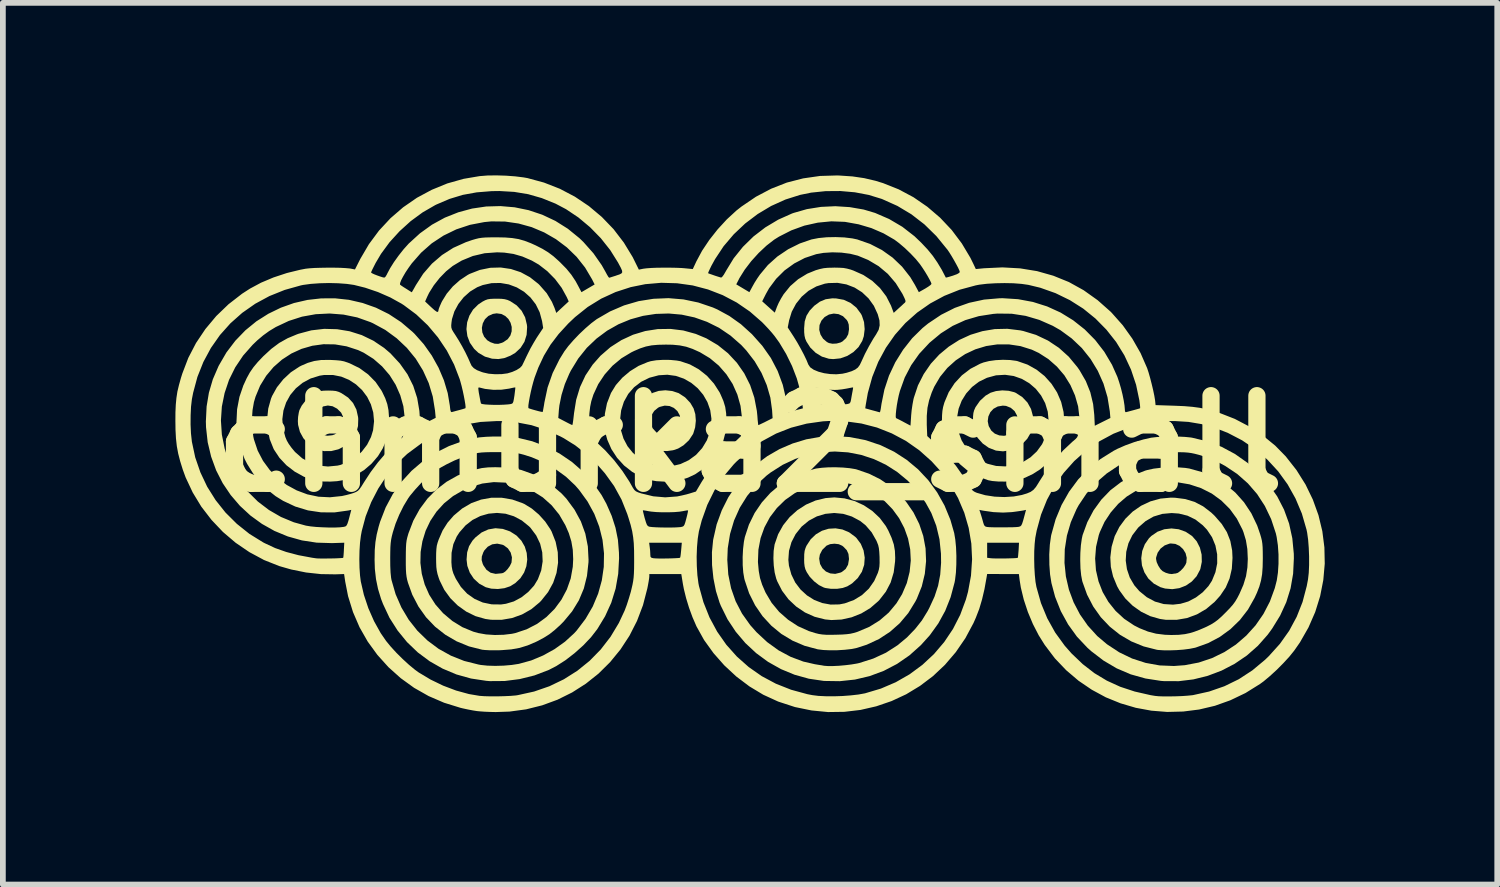
<source format=kicad_pcb>
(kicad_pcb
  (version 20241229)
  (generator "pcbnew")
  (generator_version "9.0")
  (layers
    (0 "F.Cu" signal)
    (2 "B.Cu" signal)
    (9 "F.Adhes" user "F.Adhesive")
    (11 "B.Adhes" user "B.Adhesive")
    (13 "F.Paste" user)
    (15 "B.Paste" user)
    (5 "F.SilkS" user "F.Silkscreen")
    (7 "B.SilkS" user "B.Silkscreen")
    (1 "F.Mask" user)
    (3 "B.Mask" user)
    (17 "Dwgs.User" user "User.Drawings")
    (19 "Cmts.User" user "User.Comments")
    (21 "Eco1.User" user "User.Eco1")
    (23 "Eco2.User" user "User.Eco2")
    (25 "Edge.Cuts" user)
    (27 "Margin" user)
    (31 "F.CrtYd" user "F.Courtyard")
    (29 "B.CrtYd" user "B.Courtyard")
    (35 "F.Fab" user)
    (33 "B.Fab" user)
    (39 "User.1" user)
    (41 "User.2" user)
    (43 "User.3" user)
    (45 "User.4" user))
  (footprint "chmurka2_small"
    (layer "F.Cu")
    (at 9.991 4.666)
    (property "Reference" "chmurka2_small" (at 0 0 0) (layer "F.SilkS") (effects (font (size 1.524 1.524) (thickness 0.3))))
    (attr board_only exclude_from_pos_files exclude_from_bom)
    (fp_poly (pts (xy -1.352 -0.916) (xy -1.244 -0.881) (xy -1.237 -0.878) (xy -1.127 -0.806) (xy -1.036 -0.71) (xy -0.979 -0.613) (xy -0.949 -0.513) (xy -0.94 -0.399) (xy -0.952 -0.284) (xy -0.984 -0.179) (xy -0.99 -0.166) (xy -1.06 -0.06) (xy -1.156 0.029) (xy -1.249 0.085) (xy -1.336 0.114) (xy -1.439 0.128) (xy -1.541 0.125) (xy -1.615 0.11) (xy -1.739 0.053) (xy -1.843 -0.029) (xy -1.924 -0.135) (xy -1.978 -0.26) (xy -1.989 -0.301) (xy -1.999 -0.419) (xy -1.729 -0.419) (xy -1.723 -0.338) (xy -1.693 -0.27) (xy -1.626 -0.196) (xy -1.548 -0.151) (xy -1.462 -0.137) (xy -1.374 -0.155) (xy -1.335 -0.174) (xy -1.265 -0.233) (xy -1.221 -0.311) (xy -1.205 -0.403) (xy -1.205 -0.404) (xy -1.22 -0.493) (xy -1.261 -0.567) (xy -1.322 -0.622) (xy -1.397 -0.655) (xy -1.481 -0.662) (xy -1.568 -0.64) (xy -1.596 -0.626) (xy -1.663 -0.571) (xy -1.709 -0.5) (xy -1.729 -0.419) (xy -1.999 -0.419) (xy -1.999 -0.422) (xy -1.979 -0.542) (xy -1.93 -0.656) (xy -1.857 -0.757) (xy -1.761 -0.841) (xy -1.689 -0.884) (xy -1.586 -0.918) (xy -1.47 -0.929)) (stroke (width 0) (type solid)) (fill yes) (layer "F.SilkS"))
    (fp_poly (pts (xy -4.297 1.482) (xy -4.17 1.526) (xy -4.167 1.528) (xy -4.058 1.598) (xy -3.974 1.687) (xy -3.915 1.789) (xy -3.881 1.901) (xy -3.872 2.016) (xy -3.887 2.131) (xy -3.927 2.241) (xy -3.992 2.341) (xy -4.082 2.426) (xy -4.17 2.48) (xy -4.269 2.513) (xy -4.382 2.527) (xy -4.497 2.521) (xy -4.594 2.496) (xy -4.707 2.434) (xy -4.801 2.348) (xy -4.871 2.243) (xy -4.914 2.125) (xy -4.926 2.024) (xy -4.665 2.024) (xy -4.646 2.09) (xy -4.634 2.116) (xy -4.58 2.194) (xy -4.509 2.244) (xy -4.422 2.264) (xy -4.319 2.254) (xy -4.292 2.248) (xy -4.256 2.225) (xy -4.214 2.182) (xy -4.175 2.128) (xy -4.149 2.075) (xy -4.145 2.064) (xy -4.138 1.977) (xy -4.16 1.893) (xy -4.208 1.821) (xy -4.278 1.768) (xy -4.304 1.757) (xy -4.394 1.738) (xy -4.481 1.75) (xy -4.558 1.791) (xy -4.618 1.856) (xy -4.636 1.889) (xy -4.662 1.962) (xy -4.665 2.024) (xy -4.926 2.024) (xy -4.927 2.016) (xy -4.917 1.89) (xy -4.884 1.783) (xy -4.825 1.687) (xy -4.772 1.629) (xy -4.666 1.544) (xy -4.549 1.491) (xy -4.425 1.47)) (stroke (width 0) (type solid)) (fill yes) (layer "F.SilkS"))
    (fp_poly (pts (xy 1.501 -2.526) (xy 1.634 -2.502) (xy 1.752 -2.447) (xy 1.853 -2.365) (xy 1.932 -2.258) (xy 1.948 -2.227) (xy 1.985 -2.115) (xy 1.996 -1.992) (xy 1.981 -1.869) (xy 1.954 -1.787) (xy 1.889 -1.68) (xy 1.8 -1.593) (xy 1.693 -1.526) (xy 1.574 -1.484) (xy 1.449 -1.471) (xy 1.374 -1.477) (xy 1.253 -1.514) (xy 1.143 -1.581) (xy 1.051 -1.671) (xy 0.984 -1.775) (xy 0.962 -1.826) (xy 0.95 -1.877) (xy 0.944 -1.94) (xy 0.944 -1.98) (xy 1.206 -1.98) (xy 1.228 -1.898) (xy 1.273 -1.825) (xy 1.34 -1.768) (xy 1.375 -1.75) (xy 1.436 -1.738) (xy 1.509 -1.742) (xy 1.576 -1.76) (xy 1.61 -1.778) (xy 1.674 -1.837) (xy 1.71 -1.903) (xy 1.723 -1.984) (xy 1.723 -2) (xy 1.719 -2.071) (xy 1.702 -2.122) (xy 1.684 -2.152) (xy 1.619 -2.217) (xy 1.542 -2.253) (xy 1.458 -2.263) (xy 1.375 -2.246) (xy 1.299 -2.202) (xy 1.244 -2.14) (xy 1.211 -2.063) (xy 1.206 -1.98) (xy 0.944 -1.98) (xy 0.943 -2.003) (xy 0.953 -2.125) (xy 0.984 -2.225) (xy 1.04 -2.315) (xy 1.12 -2.399) (xy 1.217 -2.47) (xy 1.318 -2.512) (xy 1.433 -2.528)) (stroke (width 0) (type solid)) (fill yes) (layer "F.SilkS"))
    (fp_poly (pts (xy -4.324 -2.52) (xy -4.265 -2.513) (xy -4.216 -2.5) (xy -4.17 -2.48) (xy -4.058 -2.407) (xy -3.97 -2.312) (xy -3.909 -2.198) (xy -3.878 -2.069) (xy -3.874 -2.029) (xy -3.883 -1.893) (xy -3.921 -1.771) (xy -3.988 -1.666) (xy -4.081 -1.579) (xy -4.165 -1.53) (xy -4.273 -1.488) (xy -4.373 -1.472) (xy -4.48 -1.478) (xy -4.483 -1.478) (xy -4.607 -1.514) (xy -4.721 -1.58) (xy -4.795 -1.649) (xy -4.869 -1.755) (xy -4.913 -1.87) (xy -4.929 -1.991) (xy -4.927 -2.015) (xy -4.661 -2.015) (xy -4.653 -1.935) (xy -4.622 -1.861) (xy -4.568 -1.799) (xy -4.512 -1.765) (xy -4.439 -1.739) (xy -4.377 -1.736) (xy -4.311 -1.755) (xy -4.285 -1.767) (xy -4.212 -1.817) (xy -4.165 -1.882) (xy -4.143 -1.954) (xy -4.142 -2.03) (xy -4.162 -2.103) (xy -4.2 -2.169) (xy -4.255 -2.221) (xy -4.323 -2.256) (xy -4.404 -2.267) (xy -4.469 -2.257) (xy -4.549 -2.221) (xy -4.608 -2.164) (xy -4.645 -2.093) (xy -4.661 -2.015) (xy -4.927 -2.015) (xy -4.917 -2.111) (xy -4.878 -2.227) (xy -4.814 -2.332) (xy -4.724 -2.421) (xy -4.649 -2.471) (xy -4.601 -2.496) (xy -4.559 -2.511) (xy -4.511 -2.518) (xy -4.446 -2.521) (xy -4.406 -2.521)) (stroke (width 0) (type solid)) (fill yes) (layer "F.SilkS"))
    (fp_poly (pts (xy 7.457 1.488) (xy 7.577 1.531) (xy 7.686 1.603) (xy 7.693 1.609) (xy 7.771 1.699) (xy 7.826 1.808) (xy 7.856 1.929) (xy 7.859 2.055) (xy 7.834 2.177) (xy 7.827 2.195) (xy 7.768 2.306) (xy 7.685 2.397) (xy 7.584 2.467) (xy 7.469 2.512) (xy 7.346 2.53) (xy 7.221 2.519) (xy 7.138 2.495) (xy 7.024 2.433) (xy 6.929 2.345) (xy 6.861 2.238) (xy 6.818 2.117) (xy 6.807 2.002) (xy 7.063 2.002) (xy 7.074 2.059) (xy 7.103 2.123) (xy 7.141 2.182) (xy 7.178 2.217) (xy 7.232 2.245) (xy 7.29 2.262) (xy 7.338 2.267) (xy 7.349 2.265) (xy 7.385 2.259) (xy 7.404 2.258) (xy 7.444 2.245) (xy 7.491 2.209) (xy 7.537 2.161) (xy 7.573 2.108) (xy 7.59 2.069) (xy 7.597 1.985) (xy 7.577 1.904) (xy 7.533 1.833) (xy 7.472 1.777) (xy 7.399 1.743) (xy 7.318 1.735) (xy 7.297 1.738) (xy 7.213 1.769) (xy 7.142 1.824) (xy 7.091 1.896) (xy 7.065 1.977) (xy 7.063 2.002) (xy 6.807 2.002) (xy 6.806 1.991) (xy 6.823 1.866) (xy 6.868 1.749) (xy 6.94 1.645) (xy 6.982 1.604) (xy 7.088 1.531) (xy 7.207 1.488) (xy 7.332 1.474)) (stroke (width 0) (type solid)) (fill yes) (layer "F.SilkS"))
    (fp_poly (pts (xy 4.499 -0.92) (xy 4.596 -0.896) (xy 4.622 -0.885) (xy 4.737 -0.811) (xy 4.827 -0.716) (xy 4.889 -0.604) (xy 4.923 -0.478) (xy 4.925 -0.343) (xy 4.92 -0.31) (xy 4.885 -0.191) (xy 4.823 -0.085) (xy 4.739 0.003) (xy 4.637 0.071) (xy 4.523 0.115) (xy 4.402 0.133) (xy 4.279 0.12) (xy 4.274 0.118) (xy 4.155 0.072) (xy 4.049 -0.003) (xy 3.961 -0.101) (xy 3.925 -0.16) (xy 3.903 -0.208) (xy 3.889 -0.252) (xy 3.882 -0.305) (xy 3.88 -0.378) (xy 3.88 -0.391) (xy 4.136 -0.391) (xy 4.153 -0.307) (xy 4.197 -0.229) (xy 4.259 -0.175) (xy 4.337 -0.144) (xy 4.421 -0.137) (xy 4.501 -0.156) (xy 4.533 -0.174) (xy 4.603 -0.232) (xy 4.644 -0.296) (xy 4.66 -0.374) (xy 4.661 -0.399) (xy 4.645 -0.49) (xy 4.603 -0.567) (xy 4.537 -0.624) (xy 4.455 -0.657) (xy 4.399 -0.662) (xy 4.31 -0.647) (xy 4.236 -0.607) (xy 4.181 -0.547) (xy 4.147 -0.473) (xy 4.136 -0.391) (xy 3.88 -0.391) (xy 3.88 -0.399) (xy 3.881 -0.478) (xy 3.887 -0.534) (xy 3.899 -0.579) (xy 3.919 -0.625) (xy 3.925 -0.637) (xy 4.001 -0.746) (xy 4.098 -0.835) (xy 4.185 -0.886) (xy 4.28 -0.915) (xy 4.389 -0.927)) (stroke (width 0) (type solid)) (fill yes) (layer "F.SilkS"))
    (fp_poly (pts (xy 1.609 1.492) (xy 1.725 1.541) (xy 1.831 1.619) (xy 1.854 1.641) (xy 1.929 1.742) (xy 1.977 1.857) (xy 1.997 1.981) (xy 1.988 2.106) (xy 1.949 2.224) (xy 1.948 2.227) (xy 1.875 2.338) (xy 1.777 2.43) (xy 1.694 2.481) (xy 1.614 2.509) (xy 1.515 2.524) (xy 1.411 2.524) (xy 1.315 2.51) (xy 1.285 2.501) (xy 1.201 2.459) (xy 1.116 2.393) (xy 1.041 2.314) (xy 0.989 2.235) (xy 0.965 2.184) (xy 0.952 2.135) (xy 0.945 2.077) (xy 0.943 2.003) (xy 0.944 1.998) (xy 1.205 1.998) (xy 1.22 2.091) (xy 1.261 2.166) (xy 1.322 2.223) (xy 1.398 2.256) (xy 1.484 2.264) (xy 1.574 2.242) (xy 1.599 2.231) (xy 1.665 2.179) (xy 1.707 2.105) (xy 1.723 2.011) (xy 1.723 2) (xy 1.714 1.917) (xy 1.684 1.851) (xy 1.627 1.792) (xy 1.606 1.775) (xy 1.546 1.748) (xy 1.471 1.739) (xy 1.395 1.747) (xy 1.333 1.773) (xy 1.33 1.776) (xy 1.259 1.846) (xy 1.217 1.927) (xy 1.205 1.998) (xy 0.944 1.998) (xy 0.945 1.923) (xy 0.952 1.864) (xy 0.967 1.815) (xy 0.984 1.775) (xy 1.057 1.663) (xy 1.148 1.576) (xy 1.254 1.514) (xy 1.369 1.479) (xy 1.489 1.472)) (stroke (width 0) (type solid)) (fill yes) (layer "F.SilkS"))
    (fp_poly (pts (xy -7.257 -0.922) (xy -7.2 -0.916) (xy -7.153 -0.902) (xy -7.102 -0.878) (xy -6.987 -0.802) (xy -6.901 -0.707) (xy -6.843 -0.593) (xy -6.814 -0.463) (xy -6.811 -0.43) (xy -6.815 -0.307) (xy -6.842 -0.202) (xy -6.895 -0.106) (xy -6.945 -0.044) (xy -7.043 0.04) (xy -7.157 0.098) (xy -7.279 0.128) (xy -7.403 0.129) (xy -7.458 0.118) (xy -7.578 0.072) (xy -7.682 -0.001) (xy -7.765 -0.095) (xy -7.825 -0.205) (xy -7.857 -0.327) (xy -7.861 -0.392) (xy -7.861 -0.393) (xy -7.6 -0.393) (xy -7.597 -0.366) (xy -7.565 -0.276) (xy -7.51 -0.206) (xy -7.438 -0.159) (xy -7.353 -0.138) (xy -7.263 -0.147) (xy -7.226 -0.159) (xy -7.18 -0.188) (xy -7.134 -0.232) (xy -7.121 -0.247) (xy -7.085 -0.317) (xy -7.071 -0.398) (xy -7.079 -0.477) (xy -7.108 -0.539) (xy -7.178 -0.609) (xy -7.257 -0.651) (xy -7.34 -0.664) (xy -7.421 -0.648) (xy -7.494 -0.604) (xy -7.555 -0.533) (xy -7.569 -0.507) (xy -7.595 -0.444) (xy -7.6 -0.393) (xy -7.861 -0.393) (xy -7.857 -0.466) (xy -7.845 -0.54) (xy -7.834 -0.583) (xy -7.794 -0.662) (xy -7.731 -0.744) (xy -7.654 -0.819) (xy -7.573 -0.875) (xy -7.566 -0.879) (xy -7.515 -0.902) (xy -7.468 -0.916) (xy -7.411 -0.922) (xy -7.335 -0.924)) (stroke (width 0) (type solid)) (fill yes) (layer "F.SilkS"))
    (fp_poly (pts (xy 7.394 0.94) (xy 7.572 0.963) (xy 7.733 1.012) (xy 7.881 1.089) (xy 8.022 1.197) (xy 8.083 1.255) (xy 8.205 1.395) (xy 8.295 1.538) (xy 8.355 1.691) (xy 8.387 1.858) (xy 8.393 1.986) (xy 8.381 2.175) (xy 8.342 2.344) (xy 8.276 2.499) (xy 8.179 2.643) (xy 8.082 2.751) (xy 7.936 2.874) (xy 7.775 2.968) (xy 7.603 3.032) (xy 7.422 3.063) (xy 7.236 3.063) (xy 7.132 3.048) (xy 6.964 3) (xy 6.804 2.922) (xy 6.657 2.818) (xy 6.529 2.692) (xy 6.425 2.549) (xy 6.386 2.479) (xy 6.316 2.309) (xy 6.277 2.143) (xy 6.271 2.032) (xy 6.536 2.032) (xy 6.557 2.182) (xy 6.606 2.327) (xy 6.685 2.462) (xy 6.772 2.563) (xy 6.903 2.67) (xy 7.045 2.746) (xy 7.197 2.789) (xy 7.358 2.799) (xy 7.489 2.784) (xy 7.624 2.744) (xy 7.755 2.675) (xy 7.875 2.584) (xy 7.975 2.476) (xy 8.035 2.384) (xy 8.096 2.235) (xy 8.127 2.08) (xy 8.126 1.924) (xy 8.096 1.771) (xy 8.037 1.627) (xy 7.949 1.496) (xy 7.876 1.419) (xy 7.748 1.319) (xy 7.61 1.252) (xy 7.46 1.215) (xy 7.334 1.206) (xy 7.171 1.221) (xy 7.02 1.267) (xy 6.882 1.346) (xy 6.757 1.455) (xy 6.749 1.464) (xy 6.651 1.592) (xy 6.583 1.732) (xy 6.545 1.88) (xy 6.536 2.032) (xy 6.271 2.032) (xy 6.268 1.977) (xy 6.289 1.802) (xy 6.292 1.786) (xy 6.344 1.609) (xy 6.425 1.448) (xy 6.531 1.304) (xy 6.658 1.18) (xy 6.804 1.079) (xy 6.966 1.003) (xy 7.139 0.955) (xy 7.321 0.938)) (stroke (width 0) (type solid)) (fill yes) (layer "F.SilkS"))
    (fp_poly (pts (xy -1.388 -1.457) (xy -1.273 -1.446) (xy -1.207 -1.434) (xy -1.042 -1.378) (xy -0.887 -1.292) (xy -0.746 -1.18) (xy -0.625 -1.045) (xy -0.526 -0.891) (xy -0.51 -0.857) (xy -0.461 -0.744) (xy -0.429 -0.639) (xy -0.413 -0.529) (xy -0.407 -0.4) (xy -0.407 -0.393) (xy -0.422 -0.207) (xy -0.466 -0.036) (xy -0.54 0.122) (xy -0.647 0.27) (xy -0.72 0.348) (xy -0.838 0.454) (xy -0.954 0.533) (xy -1.077 0.591) (xy -1.199 0.629) (xy -1.334 0.652) (xy -1.481 0.66) (xy -1.625 0.652) (xy -1.723 0.635) (xy -1.891 0.577) (xy -2.047 0.49) (xy -2.188 0.379) (xy -2.31 0.245) (xy -2.408 0.095) (xy -2.48 -0.069) (xy -2.503 -0.153) (xy -2.529 -0.334) (xy -2.527 -0.397) (xy -2.258 -0.397) (xy -2.243 -0.236) (xy -2.198 -0.089) (xy -2.128 0.044) (xy -2.035 0.159) (xy -1.923 0.254) (xy -1.796 0.327) (xy -1.656 0.376) (xy -1.507 0.397) (xy -1.352 0.389) (xy -1.207 0.354) (xy -1.063 0.287) (xy -0.936 0.194) (xy -0.83 0.077) (xy -0.748 -0.059) (xy -0.693 -0.211) (xy -0.678 -0.282) (xy -0.669 -0.436) (xy -0.69 -0.585) (xy -0.739 -0.724) (xy -0.812 -0.851) (xy -0.907 -0.964) (xy -1.02 -1.058) (xy -1.148 -1.131) (xy -1.288 -1.179) (xy -1.436 -1.199) (xy -1.585 -1.19) (xy -1.747 -1.147) (xy -1.89 -1.077) (xy -2.014 -0.982) (xy -2.115 -0.866) (xy -2.191 -0.73) (xy -2.239 -0.579) (xy -2.258 -0.414) (xy -2.258 -0.397) (xy -2.527 -0.397) (xy -2.522 -0.52) (xy -2.485 -0.704) (xy -2.416 -0.881) (xy -2.415 -0.883) (xy -2.33 -1.021) (xy -2.217 -1.149) (xy -2.084 -1.261) (xy -1.936 -1.353) (xy -1.78 -1.418) (xy -1.724 -1.435) (xy -1.627 -1.451) (xy -1.51 -1.458)) (stroke (width 0) (type solid)) (fill yes) (layer "F.SilkS"))
    (fp_poly (pts (xy -4.133 0.971) (xy -3.952 1.035) (xy -3.922 1.049) (xy -3.793 1.128) (xy -3.669 1.233) (xy -3.559 1.355) (xy -3.47 1.488) (xy -3.448 1.528) (xy -3.378 1.707) (xy -3.341 1.888) (xy -3.336 2.07) (xy -3.363 2.248) (xy -3.421 2.419) (xy -3.51 2.581) (xy -3.629 2.73) (xy -3.657 2.759) (xy -3.802 2.879) (xy -3.963 2.97) (xy -4.136 3.032) (xy -4.317 3.063) (xy -4.502 3.062) (xy -4.6 3.048) (xy -4.772 2.999) (xy -4.933 2.92) (xy -5.08 2.815) (xy -5.209 2.687) (xy -5.315 2.541) (xy -5.395 2.379) (xy -5.411 2.335) (xy -5.432 2.268) (xy -5.445 2.208) (xy -5.453 2.144) (xy -5.456 2.066) (xy -5.456 2.06) (xy -5.191 2.06) (xy -5.185 2.139) (xy -5.174 2.2) (xy -5.156 2.258) (xy -5.125 2.326) (xy -5.113 2.351) (xy -5.025 2.492) (xy -4.916 2.609) (xy -4.788 2.699) (xy -4.645 2.762) (xy -4.49 2.794) (xy -4.327 2.796) (xy -4.243 2.784) (xy -4.105 2.743) (xy -3.973 2.672) (xy -3.854 2.578) (xy -3.753 2.467) (xy -3.687 2.358) (xy -3.629 2.204) (xy -3.604 2.046) (xy -3.611 1.89) (xy -3.648 1.738) (xy -3.716 1.596) (xy -3.813 1.466) (xy -3.841 1.437) (xy -3.967 1.335) (xy -4.105 1.262) (xy -4.249 1.218) (xy -4.398 1.204) (xy -4.545 1.217) (xy -4.688 1.258) (xy -4.823 1.326) (xy -4.945 1.421) (xy -5.051 1.542) (xy -5.098 1.614) (xy -5.157 1.747) (xy -5.188 1.898) (xy -5.191 2.06) (xy -5.456 2.06) (xy -5.457 1.995) (xy -5.456 1.902) (xy -5.452 1.832) (xy -5.445 1.775) (xy -5.431 1.722) (xy -5.412 1.667) (xy -5.344 1.51) (xy -5.258 1.374) (xy -5.15 1.25) (xy -5.005 1.128) (xy -4.845 1.034) (xy -4.675 0.972) (xy -4.497 0.94) (xy -4.315 0.94)) (stroke (width 0) (type solid)) (fill yes) (layer "F.SilkS"))
    (fp_poly (pts (xy 1.646 0.951) (xy 1.819 0.997) (xy 1.981 1.071) (xy 2.129 1.17) (xy 2.258 1.291) (xy 2.364 1.432) (xy 2.408 1.512) (xy 2.465 1.639) (xy 2.503 1.753) (xy 2.522 1.864) (xy 2.527 1.984) (xy 2.525 2.046) (xy 2.501 2.238) (xy 2.448 2.414) (xy 2.365 2.573) (xy 2.252 2.718) (xy 2.232 2.739) (xy 2.094 2.858) (xy 1.938 2.952) (xy 1.77 3.019) (xy 1.595 3.058) (xy 1.418 3.067) (xy 1.307 3.056) (xy 1.126 3.01) (xy 0.958 2.935) (xy 0.805 2.832) (xy 0.671 2.706) (xy 0.56 2.558) (xy 0.475 2.392) (xy 0.457 2.343) (xy 0.431 2.241) (xy 0.415 2.119) (xy 0.41 2.019) (xy 0.669 2.019) (xy 0.679 2.121) (xy 0.721 2.275) (xy 0.789 2.415) (xy 0.881 2.536) (xy 0.992 2.638) (xy 1.118 2.717) (xy 1.257 2.771) (xy 1.404 2.798) (xy 1.556 2.795) (xy 1.652 2.776) (xy 1.81 2.718) (xy 1.949 2.633) (xy 2.068 2.522) (xy 2.162 2.388) (xy 2.225 2.248) (xy 2.242 2.193) (xy 2.252 2.139) (xy 2.256 2.074) (xy 2.255 1.989) (xy 2.255 1.97) (xy 2.25 1.881) (xy 2.243 1.816) (xy 2.231 1.763) (xy 2.211 1.712) (xy 2.202 1.69) (xy 2.118 1.542) (xy 2.014 1.421) (xy 1.918 1.344) (xy 1.774 1.267) (xy 1.622 1.22) (xy 1.467 1.205) (xy 1.313 1.22) (xy 1.165 1.264) (xy 1.026 1.338) (xy 0.902 1.44) (xy 0.897 1.445) (xy 0.796 1.571) (xy 0.723 1.712) (xy 0.68 1.863) (xy 0.669 2.019) (xy 0.41 2.019) (xy 0.409 1.989) (xy 0.413 1.865) (xy 0.429 1.757) (xy 0.431 1.748) (xy 0.491 1.575) (xy 0.579 1.417) (xy 0.692 1.276) (xy 0.826 1.156) (xy 0.977 1.059) (xy 1.142 0.988) (xy 1.317 0.946) (xy 1.469 0.934)) (stroke (width 0) (type solid)) (fill yes) (layer "F.SilkS"))
    (fp_poly (pts (xy 4.525 -1.455) (xy 4.631 -1.441) (xy 4.653 -1.436) (xy 4.826 -1.376) (xy 4.984 -1.288) (xy 5.125 -1.176) (xy 5.245 -1.042) (xy 5.342 -0.891) (xy 5.413 -0.726) (xy 5.455 -0.551) (xy 5.467 -0.399) (xy 5.451 -0.228) (xy 5.406 -0.059) (xy 5.335 0.103) (xy 5.241 0.251) (xy 5.127 0.379) (xy 5.045 0.448) (xy 4.921 0.527) (xy 4.787 0.591) (xy 4.656 0.635) (xy 4.649 0.636) (xy 4.552 0.652) (xy 4.439 0.659) (xy 4.322 0.658) (xy 4.215 0.649) (xy 4.143 0.635) (xy 3.959 0.569) (xy 3.795 0.476) (xy 3.652 0.356) (xy 3.532 0.213) (xy 3.436 0.047) (xy 3.386 -0.077) (xy 3.364 -0.146) (xy 3.35 -0.207) (xy 3.343 -0.272) (xy 3.34 -0.353) (xy 3.34 -0.399) (xy 3.341 -0.46) (xy 3.603 -0.46) (xy 3.607 -0.307) (xy 3.625 -0.213) (xy 3.682 -0.058) (xy 3.765 0.078) (xy 3.87 0.193) (xy 3.993 0.284) (xy 4.132 0.349) (xy 4.282 0.387) (xy 4.441 0.395) (xy 4.604 0.371) (xy 4.61 0.37) (xy 4.752 0.317) (xy 4.88 0.237) (xy 4.991 0.133) (xy 5.081 0.009) (xy 5.147 -0.13) (xy 5.186 -0.28) (xy 5.195 -0.399) (xy 5.18 -0.557) (xy 5.135 -0.705) (xy 5.064 -0.838) (xy 4.971 -0.955) (xy 4.858 -1.052) (xy 4.729 -1.127) (xy 4.588 -1.177) (xy 4.438 -1.198) (xy 4.281 -1.189) (xy 4.277 -1.188) (xy 4.123 -1.146) (xy 3.984 -1.078) (xy 3.863 -0.986) (xy 3.762 -0.874) (xy 3.683 -0.747) (xy 3.63 -0.608) (xy 3.603 -0.46) (xy 3.341 -0.46) (xy 3.342 -0.495) (xy 3.348 -0.57) (xy 3.36 -0.637) (xy 3.38 -0.708) (xy 3.385 -0.723) (xy 3.458 -0.896) (xy 3.56 -1.052) (xy 3.687 -1.189) (xy 3.835 -1.302) (xy 4.003 -1.39) (xy 4.064 -1.413) (xy 4.16 -1.437) (xy 4.277 -1.453) (xy 4.402 -1.459)) (stroke (width 0) (type solid)) (fill yes) (layer "F.SilkS"))
    (fp_poly (pts (xy -7.284 -1.456) (xy -7.19 -1.451) (xy -7.118 -1.444) (xy -7.058 -1.432) (xy -6.998 -1.412) (xy -6.958 -1.397) (xy -6.789 -1.314) (xy -6.638 -1.204) (xy -6.509 -1.073) (xy -6.407 -0.924) (xy -6.394 -0.9) (xy -6.341 -0.789) (xy -6.306 -0.688) (xy -6.285 -0.583) (xy -6.276 -0.463) (xy -6.275 -0.391) (xy -6.277 -0.297) (xy -6.282 -0.226) (xy -6.291 -0.167) (xy -6.307 -0.109) (xy -6.32 -0.071) (xy -6.386 0.084) (xy -6.468 0.217) (xy -6.574 0.341) (xy -6.59 0.357) (xy -6.709 0.458) (xy -6.847 0.544) (xy -6.992 0.609) (xy -7.082 0.636) (xy -7.18 0.652) (xy -7.294 0.659) (xy -7.411 0.658) (xy -7.519 0.649) (xy -7.589 0.635) (xy -7.757 0.574) (xy -7.916 0.486) (xy -8.059 0.376) (xy -8.181 0.246) (xy -8.276 0.103) (xy -8.285 0.085) (xy -8.35 -0.077) (xy -8.386 -0.251) (xy -8.395 -0.426) (xy -8.131 -0.426) (xy -8.121 -0.272) (xy -8.079 -0.117) (xy -8.053 -0.054) (xy -8.02 0.003) (xy -7.972 0.07) (xy -7.918 0.135) (xy -7.908 0.146) (xy -7.784 0.255) (xy -7.646 0.333) (xy -7.496 0.381) (xy -7.337 0.397) (xy -7.171 0.381) (xy -7.123 0.37) (xy -6.987 0.32) (xy -6.862 0.241) (xy -6.75 0.139) (xy -6.657 0.018) (xy -6.589 -0.116) (xy -6.553 -0.234) (xy -6.536 -0.39) (xy -6.55 -0.542) (xy -6.591 -0.684) (xy -6.656 -0.815) (xy -6.744 -0.932) (xy -6.85 -1.031) (xy -6.971 -1.11) (xy -7.106 -1.166) (xy -7.251 -1.195) (xy -7.402 -1.195) (xy -7.481 -1.183) (xy -7.639 -1.134) (xy -7.778 -1.059) (xy -7.896 -0.963) (xy -7.993 -0.847) (xy -8.065 -0.717) (xy -8.112 -0.576) (xy -8.131 -0.426) (xy -8.395 -0.426) (xy -8.395 -0.432) (xy -8.376 -0.611) (xy -8.328 -0.783) (xy -8.309 -0.83) (xy -8.225 -0.981) (xy -8.114 -1.12) (xy -7.983 -1.242) (xy -7.837 -1.338) (xy -7.803 -1.356) (xy -7.687 -1.406) (xy -7.576 -1.438) (xy -7.458 -1.455) (xy -7.322 -1.457)) (stroke (width 0) (type solid)) (fill yes) (layer "F.SilkS"))
    (fp_poly (pts (xy -4.291 0.413) (xy -4.159 0.424) (xy -4.041 0.442) (xy -3.973 0.458) (xy -3.784 0.526) (xy -3.599 0.621) (xy -3.426 0.736) (xy -3.274 0.867) (xy -3.192 0.955) (xy -3.049 1.149) (xy -2.939 1.352) (xy -2.862 1.564) (xy -2.818 1.786) (xy -2.806 2.018) (xy -2.807 2.063) (xy -2.833 2.299) (xy -2.888 2.519) (xy -2.974 2.724) (xy -3.091 2.915) (xy -3.238 3.092) (xy -3.296 3.151) (xy -3.395 3.241) (xy -3.486 3.313) (xy -3.581 3.373) (xy -3.691 3.432) (xy -3.722 3.447) (xy -3.865 3.508) (xy -4.004 3.551) (xy -4.149 3.577) (xy -4.312 3.59) (xy -4.355 3.592) (xy -4.447 3.593) (xy -4.533 3.592) (xy -4.606 3.588) (xy -4.654 3.583) (xy -4.655 3.583) (xy -4.885 3.525) (xy -5.1 3.437) (xy -5.297 3.322) (xy -5.475 3.182) (xy -5.632 3.018) (xy -5.764 2.832) (xy -5.871 2.627) (xy -5.946 2.419) (xy -5.961 2.364) (xy -5.971 2.312) (xy -5.978 2.255) (xy -5.982 2.188) (xy -5.984 2.101) (xy -5.984 2.073) (xy -5.73 2.073) (xy -5.706 2.263) (xy -5.655 2.449) (xy -5.576 2.628) (xy -5.468 2.797) (xy -5.335 2.948) (xy -5.175 3.083) (xy -4.999 3.191) (xy -4.81 3.269) (xy -4.725 3.293) (xy -4.589 3.317) (xy -4.436 3.327) (xy -4.282 3.323) (xy -4.139 3.306) (xy -4.082 3.294) (xy -3.883 3.228) (xy -3.701 3.134) (xy -3.538 3.014) (xy -3.396 2.873) (xy -3.277 2.712) (xy -3.183 2.535) (xy -3.116 2.344) (xy -3.08 2.142) (xy -3.073 2.008) (xy -3.08 1.845) (xy -3.105 1.699) (xy -3.149 1.556) (xy -3.209 1.418) (xy -3.317 1.232) (xy -3.448 1.071) (xy -3.601 0.934) (xy -3.774 0.825) (xy -3.966 0.742) (xy -4.175 0.689) (xy -4.253 0.677) (xy -4.454 0.668) (xy -4.654 0.693) (xy -4.855 0.752) (xy -4.983 0.807) (xy -5.162 0.911) (xy -5.318 1.037) (xy -5.45 1.182) (xy -5.557 1.342) (xy -5.639 1.514) (xy -5.695 1.696) (xy -5.726 1.883) (xy -5.73 2.073) (xy -5.984 2.073) (xy -5.984 1.995) (xy -5.983 1.885) (xy -5.981 1.802) (xy -5.977 1.737) (xy -5.97 1.683) (xy -5.959 1.633) (xy -5.943 1.577) (xy -5.937 1.557) (xy -5.853 1.338) (xy -5.742 1.137) (xy -5.607 0.955) (xy -5.45 0.796) (xy -5.273 0.661) (xy -5.079 0.552) (xy -4.869 0.472) (xy -4.662 0.424) (xy -4.553 0.412) (xy -4.426 0.409)) (stroke (width 0) (type solid)) (fill yes) (layer "F.SilkS"))
    (fp_poly (pts (xy 1.62 0.415) (xy 1.736 0.426) (xy 1.833 0.442) (xy 1.857 0.448) (xy 2.072 0.522) (xy 2.264 0.617) (xy 2.44 0.736) (xy 2.558 0.838) (xy 2.716 1.009) (xy 2.845 1.196) (xy 2.945 1.396) (xy 3.015 1.605) (xy 3.055 1.821) (xy 3.064 2.042) (xy 3.042 2.263) (xy 2.989 2.482) (xy 2.903 2.696) (xy 2.877 2.746) (xy 2.754 2.946) (xy 2.606 3.122) (xy 2.436 3.272) (xy 2.245 3.397) (xy 2.032 3.496) (xy 1.859 3.552) (xy 1.765 3.571) (xy 1.649 3.584) (xy 1.521 3.592) (xy 1.393 3.593) (xy 1.276 3.588) (xy 1.18 3.576) (xy 0.952 3.515) (xy 0.741 3.425) (xy 0.547 3.308) (xy 0.373 3.165) (xy 0.22 2.999) (xy 0.091 2.811) (xy -0.013 2.603) (xy -0.089 2.377) (xy -0.097 2.347) (xy -0.115 2.241) (xy -0.125 2.112) (xy -0.125 2.053) (xy 0.14 2.053) (xy 0.141 2.071) (xy 0.154 2.213) (xy 0.176 2.336) (xy 0.213 2.452) (xy 0.266 2.575) (xy 0.274 2.592) (xy 0.378 2.767) (xy 0.509 2.925) (xy 0.664 3.061) (xy 0.837 3.174) (xy 1.026 3.259) (xy 1.138 3.294) (xy 1.199 3.309) (xy 1.258 3.318) (xy 1.324 3.323) (xy 1.408 3.324) (xy 1.503 3.322) (xy 1.606 3.319) (xy 1.684 3.313) (xy 1.747 3.305) (xy 1.804 3.292) (xy 1.864 3.274) (xy 1.876 3.27) (xy 2.077 3.185) (xy 2.257 3.073) (xy 2.415 2.937) (xy 2.549 2.776) (xy 2.647 2.616) (xy 2.729 2.424) (xy 2.778 2.229) (xy 2.798 2.032) (xy 2.788 1.838) (xy 2.75 1.649) (xy 2.685 1.467) (xy 2.595 1.296) (xy 2.481 1.14) (xy 2.345 1) (xy 2.187 0.881) (xy 2.01 0.784) (xy 1.814 0.713) (xy 1.802 0.71) (xy 1.689 0.688) (xy 1.556 0.676) (xy 1.417 0.674) (xy 1.285 0.682) (xy 1.172 0.701) (xy 1.167 0.702) (xy 0.965 0.768) (xy 0.78 0.861) (xy 0.614 0.978) (xy 0.47 1.118) (xy 0.349 1.277) (xy 0.254 1.453) (xy 0.186 1.642) (xy 0.148 1.843) (xy 0.14 2.053) (xy -0.125 2.053) (xy -0.126 1.973) (xy -0.119 1.834) (xy -0.104 1.705) (xy -0.088 1.624) (xy -0.017 1.408) (xy 0.082 1.206) (xy 0.208 1.021) (xy 0.357 0.855) (xy 0.527 0.711) (xy 0.715 0.591) (xy 0.919 0.498) (xy 1.135 0.436) (xy 1.152 0.432) (xy 1.249 0.419) (xy 1.366 0.411) (xy 1.493 0.41)) (stroke (width 0) (type solid)) (fill yes) (layer "F.SilkS"))
    (fp_poly (pts (xy 1.737 -0.115) (xy 1.996 -0.065) (xy 2.02 -0.059) (xy 2.273 0.026) (xy 2.509 0.14) (xy 2.727 0.281) (xy 2.926 0.447) (xy 3.103 0.636) (xy 3.256 0.846) (xy 3.385 1.076) (xy 3.487 1.324) (xy 3.553 1.554) (xy 3.572 1.667) (xy 3.585 1.802) (xy 3.591 1.951) (xy 3.59 2.101) (xy 3.583 2.243) (xy 3.568 2.367) (xy 3.56 2.411) (xy 3.491 2.669) (xy 3.397 2.906) (xy 3.277 3.125) (xy 3.129 3.331) (xy 2.974 3.503) (xy 2.775 3.681) (xy 2.559 3.83) (xy 2.327 3.951) (xy 2.082 4.042) (xy 1.827 4.102) (xy 1.563 4.13) (xy 1.293 4.126) (xy 1.282 4.125) (xy 1.025 4.087) (xy 0.777 4.018) (xy 0.54 3.92) (xy 0.316 3.794) (xy 0.109 3.642) (xy -0.079 3.467) (xy -0.246 3.27) (xy -0.389 3.054) (xy -0.504 2.821) (xy -0.526 2.768) (xy -0.59 2.564) (xy -0.634 2.343) (xy -0.658 2.113) (xy -0.659 2.02) (xy -0.393 2.02) (xy -0.376 2.274) (xy -0.327 2.514) (xy -0.248 2.74) (xy -0.137 2.954) (xy 0.006 3.155) (xy 0.115 3.278) (xy 0.3 3.45) (xy 0.499 3.594) (xy 0.71 3.707) (xy 0.929 3.789) (xy 1.129 3.835) (xy 1.195 3.846) (xy 1.254 3.855) (xy 1.29 3.862) (xy 1.356 3.867) (xy 1.446 3.867) (xy 1.551 3.862) (xy 1.662 3.852) (xy 1.768 3.839) (xy 1.863 3.823) (xy 1.903 3.814) (xy 2.145 3.737) (xy 2.366 3.635) (xy 2.567 3.506) (xy 2.732 3.369) (xy 2.873 3.223) (xy 2.991 3.074) (xy 3.093 2.908) (xy 3.122 2.852) (xy 3.211 2.659) (xy 3.273 2.47) (xy 3.31 2.277) (xy 3.325 2.071) (xy 3.323 1.912) (xy 3.297 1.662) (xy 3.241 1.427) (xy 3.155 1.205) (xy 3.057 1.027) (xy 2.912 0.823) (xy 2.746 0.644) (xy 2.562 0.492) (xy 2.364 0.366) (xy 2.154 0.267) (xy 1.935 0.195) (xy 1.708 0.151) (xy 1.478 0.136) (xy 1.247 0.149) (xy 1.017 0.192) (xy 0.791 0.264) (xy 0.571 0.367) (xy 0.362 0.5) (xy 0.29 0.555) (xy 0.108 0.722) (xy -0.048 0.909) (xy -0.176 1.114) (xy -0.275 1.335) (xy -0.345 1.57) (xy -0.385 1.817) (xy -0.393 2.02) (xy -0.659 2.02) (xy -0.66 1.887) (xy -0.639 1.673) (xy -0.637 1.663) (xy -0.578 1.403) (xy -0.489 1.159) (xy -0.375 0.932) (xy -0.236 0.722) (xy -0.075 0.532) (xy 0.105 0.363) (xy 0.304 0.216) (xy 0.517 0.093) (xy 0.744 -0.004) (xy 0.981 -0.076) (xy 1.227 -0.119) (xy 1.48 -0.132)) (stroke (width 0) (type solid)) (fill yes) (layer "F.SilkS"))
    (fp_poly (pts (xy 7.44 0.411) (xy 7.57 0.421) (xy 7.642 0.432) (xy 7.868 0.495) (xy 8.078 0.586) (xy 8.27 0.705) (xy 8.442 0.85) (xy 8.593 1.019) (xy 8.72 1.21) (xy 8.822 1.423) (xy 8.873 1.571) (xy 8.891 1.632) (xy 8.904 1.686) (xy 8.912 1.74) (xy 8.917 1.803) (xy 8.919 1.883) (xy 8.92 1.987) (xy 8.92 1.995) (xy 8.917 2.144) (xy 8.908 2.268) (xy 8.889 2.378) (xy 8.86 2.483) (xy 8.818 2.592) (xy 8.777 2.681) (xy 8.662 2.885) (xy 8.521 3.067) (xy 8.357 3.226) (xy 8.173 3.36) (xy 7.971 3.467) (xy 7.754 3.545) (xy 7.734 3.55) (xy 7.648 3.567) (xy 7.54 3.581) (xy 7.421 3.59) (xy 7.301 3.594) (xy 7.191 3.593) (xy 7.099 3.587) (xy 7.074 3.583) (xy 6.846 3.525) (xy 6.633 3.438) (xy 6.436 3.323) (xy 6.259 3.182) (xy 6.103 3.018) (xy 5.971 2.832) (xy 5.864 2.626) (xy 5.784 2.403) (xy 5.779 2.385) (xy 5.761 2.289) (xy 5.749 2.169) (xy 5.745 2.035) (xy 5.745 1.998) (xy 6.004 1.998) (xy 6.018 2.2) (xy 6.063 2.395) (xy 6.135 2.58) (xy 6.235 2.752) (xy 6.36 2.908) (xy 6.509 3.045) (xy 6.681 3.16) (xy 6.777 3.209) (xy 6.922 3.267) (xy 7.064 3.304) (xy 7.217 3.323) (xy 7.328 3.327) (xy 7.457 3.324) (xy 7.566 3.312) (xy 7.65 3.294) (xy 7.727 3.271) (xy 7.818 3.237) (xy 7.909 3.198) (xy 7.946 3.181) (xy 8.02 3.143) (xy 8.081 3.105) (xy 8.138 3.063) (xy 8.2 3.008) (xy 8.27 2.939) (xy 8.343 2.864) (xy 8.397 2.803) (xy 8.439 2.746) (xy 8.476 2.684) (xy 8.512 2.615) (xy 8.582 2.455) (xy 8.628 2.304) (xy 8.652 2.152) (xy 8.659 2.005) (xy 8.651 1.832) (xy 8.626 1.679) (xy 8.583 1.537) (xy 8.566 1.494) (xy 8.468 1.303) (xy 8.345 1.134) (xy 8.198 0.988) (xy 8.032 0.867) (xy 7.846 0.773) (xy 7.645 0.707) (xy 7.429 0.67) (xy 7.428 0.67) (xy 7.271 0.669) (xy 7.102 0.69) (xy 6.93 0.733) (xy 6.767 0.795) (xy 6.715 0.819) (xy 6.554 0.919) (xy 6.406 1.046) (xy 6.276 1.195) (xy 6.167 1.36) (xy 6.086 1.537) (xy 6.068 1.588) (xy 6.02 1.793) (xy 6.004 1.998) (xy 5.745 1.998) (xy 5.747 1.898) (xy 5.756 1.768) (xy 5.772 1.654) (xy 5.786 1.589) (xy 5.868 1.365) (xy 5.977 1.159) (xy 6.112 0.973) (xy 6.27 0.809) (xy 6.452 0.67) (xy 6.653 0.556) (xy 6.873 0.469) (xy 6.911 0.458) (xy 7.022 0.434) (xy 7.155 0.418) (xy 7.298 0.41)) (stroke (width 0) (type solid)) (fill yes) (layer "F.SilkS"))
    (fp_poly (pts (xy 7.446 -0.124) (xy 7.567 -0.118) (xy 7.667 -0.108) (xy 7.691 -0.104) (xy 7.954 -0.041) (xy 8.202 0.054) (xy 8.436 0.179) (xy 8.656 0.334) (xy 8.84 0.499) (xy 9.021 0.702) (xy 9.171 0.918) (xy 9.289 1.147) (xy 9.377 1.389) (xy 9.433 1.645) (xy 9.459 1.915) (xy 9.46 1.995) (xy 9.447 2.262) (xy 9.403 2.515) (xy 9.328 2.757) (xy 9.221 2.99) (xy 9.082 3.216) (xy 9.004 3.323) (xy 8.834 3.515) (xy 8.642 3.684) (xy 8.43 3.828) (xy 8.203 3.946) (xy 7.962 4.037) (xy 7.713 4.099) (xy 7.458 4.13) (xy 7.201 4.129) (xy 7.148 4.125) (xy 6.878 4.083) (xy 6.622 4.011) (xy 6.379 3.907) (xy 6.15 3.772) (xy 5.933 3.606) (xy 5.868 3.547) (xy 5.687 3.355) (xy 5.534 3.143) (xy 5.407 2.912) (xy 5.308 2.663) (xy 5.244 2.423) (xy 5.22 2.272) (xy 5.208 2.103) (xy 5.208 2.073) (xy 5.471 2.073) (xy 5.495 2.308) (xy 5.548 2.538) (xy 5.63 2.759) (xy 5.74 2.969) (xy 5.877 3.165) (xy 6.041 3.345) (xy 6.21 3.488) (xy 6.423 3.628) (xy 6.647 3.736) (xy 6.882 3.812) (xy 7.125 3.856) (xy 7.374 3.866) (xy 7.564 3.852) (xy 7.806 3.806) (xy 8.036 3.729) (xy 8.252 3.624) (xy 8.452 3.493) (xy 8.633 3.337) (xy 8.794 3.159) (xy 8.931 2.961) (xy 9.043 2.745) (xy 9.128 2.513) (xy 9.163 2.377) (xy 9.183 2.242) (xy 9.193 2.088) (xy 9.193 1.926) (xy 9.182 1.767) (xy 9.161 1.624) (xy 9.147 1.561) (xy 9.065 1.312) (xy 8.956 1.084) (xy 8.821 0.876) (xy 8.66 0.69) (xy 8.474 0.526) (xy 8.264 0.386) (xy 8.142 0.321) (xy 8.049 0.28) (xy 7.944 0.239) (xy 7.843 0.204) (xy 7.801 0.192) (xy 7.735 0.175) (xy 7.677 0.163) (xy 7.62 0.155) (xy 7.556 0.15) (xy 7.475 0.148) (xy 7.371 0.147) (xy 7.335 0.147) (xy 7.222 0.147) (xy 7.135 0.149) (xy 7.067 0.153) (xy 7.008 0.16) (xy 6.952 0.171) (xy 6.889 0.187) (xy 6.872 0.191) (xy 6.633 0.272) (xy 6.409 0.382) (xy 6.204 0.519) (xy 6.018 0.68) (xy 5.856 0.864) (xy 5.719 1.068) (xy 5.68 1.139) (xy 5.581 1.366) (xy 5.513 1.599) (xy 5.476 1.836) (xy 5.471 2.073) (xy 5.208 2.073) (xy 5.206 1.927) (xy 5.216 1.757) (xy 5.237 1.605) (xy 5.243 1.579) (xy 5.317 1.314) (xy 5.42 1.066) (xy 5.551 0.835) (xy 5.708 0.623) (xy 5.891 0.433) (xy 6.098 0.266) (xy 6.327 0.123) (xy 6.392 0.089) (xy 6.529 0.029) (xy 6.683 -0.027) (xy 6.841 -0.073) (xy 6.978 -0.104) (xy 7.071 -0.115) (xy 7.188 -0.123) (xy 7.316 -0.125)) (stroke (width 0) (type solid)) (fill yes) (layer "F.SilkS"))
    (fp_poly (pts (xy -4.19 -0.12) (xy -4.08 -0.11) (xy -4.041 -0.104) (xy -3.785 -0.042) (xy -3.54 0.051) (xy -3.309 0.172) (xy -3.094 0.318) (xy -2.899 0.489) (xy -2.727 0.681) (xy -2.58 0.892) (xy -2.496 1.044) (xy -2.403 1.256) (xy -2.337 1.462) (xy -2.295 1.671) (xy -2.277 1.895) (xy -2.275 1.993) (xy -2.29 2.264) (xy -2.335 2.521) (xy -2.411 2.766) (xy -2.518 3.001) (xy -2.654 3.225) (xy -2.764 3.367) (xy -2.898 3.508) (xy -3.049 3.643) (xy -3.208 3.766) (xy -3.368 3.868) (xy -3.498 3.935) (xy -3.747 4.03) (xy -4.005 4.094) (xy -4.265 4.127) (xy -4.523 4.129) (xy -4.584 4.124) (xy -4.849 4.084) (xy -5.103 4.013) (xy -5.343 3.912) (xy -5.568 3.784) (xy -5.775 3.63) (xy -5.962 3.451) (xy -6.126 3.25) (xy -6.267 3.029) (xy -6.38 2.788) (xy -6.414 2.7) (xy -6.467 2.526) (xy -6.502 2.356) (xy -6.522 2.179) (xy -6.527 2.012) (xy -6.526 1.986) (xy -6.255 1.986) (xy -6.254 2.125) (xy -6.249 2.24) (xy -6.24 2.329) (xy -6.233 2.369) (xy -6.161 2.618) (xy -6.06 2.849) (xy -5.933 3.062) (xy -5.782 3.253) (xy -5.608 3.422) (xy -5.414 3.567) (xy -5.2 3.686) (xy -4.969 3.778) (xy -4.722 3.84) (xy -4.679 3.848) (xy -4.564 3.86) (xy -4.428 3.864) (xy -4.283 3.86) (xy -4.143 3.848) (xy -4.019 3.829) (xy -4.015 3.828) (xy -3.804 3.77) (xy -3.596 3.683) (xy -3.397 3.573) (xy -3.215 3.443) (xy -3.056 3.297) (xy -3.012 3.249) (xy -2.858 3.046) (xy -2.733 2.832) (xy -2.639 2.608) (xy -2.575 2.377) (xy -2.541 2.143) (xy -2.537 1.907) (xy -2.563 1.673) (xy -2.62 1.443) (xy -2.706 1.22) (xy -2.823 1.006) (xy -2.969 0.805) (xy -3.038 0.726) (xy -3.198 0.575) (xy -3.383 0.44) (xy -3.584 0.325) (xy -3.796 0.235) (xy -3.931 0.192) (xy -3.997 0.175) (xy -4.055 0.163) (xy -4.112 0.155) (xy -4.177 0.15) (xy -4.257 0.148) (xy -4.361 0.147) (xy -4.397 0.147) (xy -4.51 0.147) (xy -4.596 0.149) (xy -4.665 0.153) (xy -4.724 0.16) (xy -4.78 0.171) (xy -4.843 0.187) (xy -4.864 0.192) (xy -4.994 0.234) (xy -5.135 0.291) (xy -5.275 0.359) (xy -5.406 0.431) (xy -5.514 0.504) (xy -5.519 0.508) (xy -5.619 0.592) (xy -5.725 0.693) (xy -5.825 0.802) (xy -5.912 0.907) (xy -5.943 0.951) (xy -6.022 1.082) (xy -6.097 1.233) (xy -6.162 1.391) (xy -6.209 1.54) (xy -6.227 1.609) (xy -6.239 1.669) (xy -6.247 1.731) (xy -6.252 1.802) (xy -6.254 1.892) (xy -6.255 1.986) (xy -6.526 1.986) (xy -6.524 1.851) (xy -6.512 1.711) (xy -6.49 1.579) (xy -6.456 1.442) (xy -6.431 1.358) (xy -6.334 1.108) (xy -6.21 0.876) (xy -6.059 0.663) (xy -5.884 0.472) (xy -5.686 0.303) (xy -5.467 0.158) (xy -5.23 0.04) (xy -4.974 -0.052) (xy -4.8 -0.095) (xy -4.704 -0.11) (xy -4.585 -0.12) (xy -4.453 -0.125) (xy -4.317 -0.125)) (stroke (width 0) (type solid)) (fill yes) (layer "F.SilkS"))
    (fp_poly (pts (xy -4.242 -4.661) (xy -4.081 -4.649) (xy -3.936 -4.631) (xy -3.868 -4.619) (xy -3.581 -4.541) (xy -3.305 -4.433) (xy -3.044 -4.296) (xy -2.8 -4.132) (xy -2.575 -3.943) (xy -2.371 -3.731) (xy -2.192 -3.497) (xy -2.038 -3.244) (xy -2.003 -3.173) (xy -1.931 -3.027) (xy -1.852 -3.043) (xy -1.796 -3.05) (xy -1.714 -3.056) (xy -1.614 -3.06) (xy -1.503 -3.061) (xy -1.389 -3.061) (xy -1.281 -3.059) (xy -1.186 -3.055) (xy -1.138 -3.051) (xy -0.993 -3.037) (xy -0.93 -3.172) (xy -0.831 -3.356) (xy -0.706 -3.543) (xy -0.561 -3.727) (xy -0.402 -3.9) (xy -0.235 -4.054) (xy -0.146 -4.124) (xy 0.106 -4.295) (xy 0.37 -4.434) (xy 0.643 -4.541) (xy 0.927 -4.614) (xy 1.22 -4.656) (xy 1.522 -4.665) (xy 1.562 -4.663) (xy 1.784 -4.648) (xy 1.988 -4.618) (xy 2.184 -4.572) (xy 2.317 -4.531) (xy 2.588 -4.423) (xy 2.845 -4.286) (xy 3.086 -4.12) (xy 3.308 -3.93) (xy 3.509 -3.717) (xy 3.685 -3.483) (xy 3.835 -3.232) (xy 3.887 -3.126) (xy 3.929 -3.037) (xy 4.074 -3.051) (xy 4.392 -3.066) (xy 4.699 -3.049) (xy 4.994 -3.001) (xy 5.277 -2.921) (xy 5.548 -2.811) (xy 5.804 -2.669) (xy 6.047 -2.496) (xy 6.275 -2.294) (xy 6.295 -2.273) (xy 6.484 -2.06) (xy 6.651 -1.826) (xy 6.794 -1.576) (xy 6.907 -1.317) (xy 6.909 -1.312) (xy 6.934 -1.236) (xy 6.961 -1.141) (xy 6.988 -1.036) (xy 7.013 -0.931) (xy 7.033 -0.835) (xy 7.046 -0.757) (xy 7.049 -0.73) (xy 7.055 -0.671) (xy 7.386 -0.66) (xy 7.553 -0.653) (xy 7.696 -0.641) (xy 7.823 -0.624) (xy 7.945 -0.599) (xy 8.07 -0.565) (xy 8.175 -0.532) (xy 8.433 -0.431) (xy 8.683 -0.3) (xy 8.92 -0.143) (xy 9.137 0.035) (xy 9.318 0.22) (xy 9.505 0.458) (xy 9.663 0.71) (xy 9.79 0.972) (xy 9.888 1.244) (xy 9.955 1.522) (xy 9.991 1.804) (xy 9.997 2.088) (xy 9.972 2.371) (xy 9.917 2.652) (xy 9.831 2.928) (xy 9.714 3.196) (xy 9.566 3.455) (xy 9.465 3.6) (xy 9.381 3.704) (xy 9.277 3.817) (xy 9.163 3.932) (xy 9.045 4.04) (xy 8.934 4.133) (xy 8.871 4.179) (xy 8.619 4.336) (xy 8.356 4.462) (xy 8.087 4.558) (xy 7.812 4.623) (xy 7.535 4.658) (xy 7.257 4.665) (xy 6.982 4.643) (xy 6.711 4.593) (xy 6.446 4.515) (xy 6.19 4.411) (xy 5.946 4.279) (xy 5.715 4.122) (xy 5.5 3.939) (xy 5.303 3.732) (xy 5.127 3.499) (xy 5.023 3.333) (xy 4.922 3.137) (xy 4.834 2.927) (xy 4.763 2.712) (xy 4.712 2.502) (xy 4.691 2.372) (xy 4.678 2.267) (xy 4.402 2.267) (xy 4.126 2.266) (xy 4.116 2.326) (xy 4.079 2.531) (xy 4.037 2.71) (xy 3.989 2.872) (xy 3.93 3.025) (xy 3.889 3.118) (xy 3.747 3.383) (xy 3.58 3.626) (xy 3.392 3.846) (xy 3.184 4.042) (xy 2.959 4.212) (xy 2.718 4.358) (xy 2.464 4.476) (xy 2.198 4.567) (xy 1.924 4.63) (xy 1.644 4.663) (xy 1.359 4.667) (xy 1.071 4.639) (xy 0.784 4.58) (xy 0.499 4.487) (xy 0.484 4.481) (xy 0.233 4.366) (xy -0.008 4.221) (xy -0.236 4.049) (xy -0.445 3.855) (xy -0.633 3.642) (xy -0.797 3.414) (xy -0.931 3.173) (xy -0.934 3.165) (xy -0.998 3.018) (xy -1.058 2.854) (xy -1.109 2.687) (xy -1.148 2.529) (xy -1.164 2.445) (xy -1.193 2.267) (xy -1.749 2.267) (xy -1.749 2.306) (xy -1.752 2.339) (xy -1.761 2.397) (xy -1.774 2.469) (xy -1.784 2.519) (xy -1.859 2.808) (xy -1.963 3.082) (xy -2.094 3.339) (xy -2.251 3.579) (xy -2.431 3.799) (xy -2.632 3.998) (xy -2.853 4.174) (xy -3.091 4.326) (xy -3.345 4.452) (xy -3.612 4.55) (xy -3.892 4.62) (xy -4.181 4.659) (xy -4.42 4.667) (xy -4.515 4.665) (xy -4.611 4.661) (xy -4.695 4.655) (xy -4.746 4.65) (xy -4.816 4.639) (xy -4.905 4.622) (xy -4.997 4.602) (xy -5.034 4.593) (xy -5.318 4.505) (xy -5.587 4.389) (xy -5.839 4.246) (xy -6.073 4.077) (xy -6.286 3.886) (xy -6.478 3.673) (xy -6.646 3.442) (xy -6.788 3.193) (xy -6.902 2.929) (xy -6.988 2.651) (xy -7.037 2.402) (xy -7.057 2.267) (xy -7.211 2.272) (xy -7.46 2.268) (xy -7.718 2.24) (xy -7.976 2.188) (xy -8.182 2.129) (xy -8.45 2.023) (xy -8.473 2.01) (xy -6.792 2.01) (xy -6.789 2.158) (xy -6.78 2.292) (xy -6.767 2.394) (xy -6.713 2.628) (xy -6.635 2.862) (xy -6.536 3.087) (xy -6.42 3.295) (xy -6.327 3.43) (xy -6.245 3.53) (xy -6.146 3.638) (xy -6.038 3.745) (xy -5.929 3.845) (xy -5.826 3.93) (xy -5.76 3.978) (xy -5.553 4.102) (xy -5.334 4.208) (xy -5.109 4.293) (xy -4.886 4.354) (xy -4.703 4.385) (xy -4.62 4.391) (xy -4.513 4.394) (xy -4.395 4.394) (xy -4.275 4.391) (xy -4.163 4.386) (xy -4.069 4.378) (xy -4.032 4.372) (xy -3.752 4.31) (xy -3.486 4.218) (xy -3.235 4.097) (xy -3.001 3.949) (xy -2.787 3.776) (xy -2.594 3.579) (xy -2.424 3.359) (xy -2.279 3.118) (xy -2.178 2.902) (xy -2.141 2.803) (xy -2.104 2.688) (xy -2.071 2.577) (xy -2.059 2.527) (xy -2.042 2.454) (xy -2.03 2.39) (xy -2.022 2.328) (xy -2.017 2.259) (xy -2.014 2.175) (xy -2.013 2.069) (xy -2.013 2.012) (xy -2.014 1.862) (xy -2.019 1.736) (xy -2.02 1.723) (xy -1.752 1.723) (xy -1.742 1.798) (xy -1.735 1.859) (xy -1.732 1.918) (xy -1.732 1.928) (xy -1.728 1.968) (xy -1.709 1.985) (xy -1.677 1.992) (xy -1.639 1.995) (xy -1.579 1.997) (xy -1.507 1.997) (xy -1.429 1.996) (xy -1.353 1.994) (xy -1.286 1.991) (xy -1.238 1.988) (xy -1.214 1.984) (xy -1.214 1.983) (xy -1.209 1.965) (xy -0.926 1.965) (xy -0.923 2.13) (xy -0.913 2.288) (xy -0.895 2.427) (xy -0.886 2.474) (xy -0.808 2.756) (xy -0.702 3.022) (xy -0.569 3.269) (xy -0.41 3.496) (xy -0.227 3.701) (xy -0.022 3.883) (xy 0.205 4.042) (xy 0.452 4.174) (xy 0.717 4.279) (xy 0.999 4.356) (xy 1.087 4.373) (xy 1.191 4.386) (xy 1.319 4.392) (xy 1.462 4.393) (xy 1.611 4.388) (xy 1.756 4.377) (xy 1.888 4.362) (xy 1.998 4.342) (xy 2.003 4.341) (xy 2.278 4.259) (xy 2.537 4.148) (xy 2.778 4.01) (xy 3 3.846) (xy 3.201 3.659) (xy 3.379 3.45) (xy 3.532 3.222) (xy 3.658 2.975) (xy 3.756 2.711) (xy 3.793 2.577) (xy 3.845 2.295) (xy 3.864 2.014) (xy 3.864 2.006) (xy 4.944 2.006) (xy 4.947 2.148) (xy 4.955 2.283) (xy 4.967 2.403) (xy 4.983 2.492) (xy 5.062 2.772) (xy 5.171 3.036) (xy 5.309 3.284) (xy 5.475 3.513) (xy 5.594 3.648) (xy 5.789 3.834) (xy 5.992 3.991) (xy 6.208 4.121) (xy 6.44 4.227) (xy 6.692 4.31) (xy 6.968 4.373) (xy 7.046 4.386) (xy 7.108 4.392) (xy 7.195 4.395) (xy 7.297 4.395) (xy 7.408 4.393) (xy 7.517 4.389) (xy 7.615 4.382) (xy 7.695 4.374) (xy 7.708 4.372) (xy 7.987 4.31) (xy 8.252 4.218) (xy 8.502 4.096) (xy 8.738 3.942) (xy 8.959 3.758) (xy 9.025 3.694) (xy 9.217 3.481) (xy 9.378 3.254) (xy 9.509 3.011) (xy 9.611 2.753) (xy 9.684 2.476) (xy 9.706 2.36) (xy 9.719 2.246) (xy 9.725 2.11) (xy 9.725 1.962) (xy 9.719 1.812) (xy 9.708 1.67) (xy 9.691 1.547) (xy 9.68 1.494) (xy 9.599 1.215) (xy 9.488 0.952) (xy 9.351 0.707) (xy 9.188 0.482) (xy 9 0.278) (xy 8.79 0.097) (xy 8.559 -0.059) (xy 8.309 -0.189) (xy 8.076 -0.28) (xy 7.853 -0.341) (xy 7.626 -0.379) (xy 7.385 -0.394) (xy 7.335 -0.394) (xy 7.094 -0.384) (xy 6.87 -0.352) (xy 6.65 -0.298) (xy 6.588 -0.278) (xy 6.322 -0.173) (xy 6.075 -0.04) (xy 5.847 0.119) (xy 5.641 0.302) (xy 5.458 0.507) (xy 5.299 0.731) (xy 5.167 0.975) (xy 5.063 1.234) (xy 4.988 1.508) (xy 4.963 1.638) (xy 4.952 1.742) (xy 4.945 1.868) (xy 4.944 2.006) (xy 3.864 2.006) (xy 3.863 1.984) (xy 4.126 1.984) (xy 4.189 1.992) (xy 4.229 1.995) (xy 4.289 1.996) (xy 4.362 1.996) (xy 4.441 1.996) (xy 4.517 1.994) (xy 4.584 1.992) (xy 4.633 1.989) (xy 4.658 1.985) (xy 4.659 1.985) (xy 4.663 1.966) (xy 4.667 1.922) (xy 4.672 1.862) (xy 4.673 1.851) (xy 4.68 1.723) (xy 4.126 1.723) (xy 4.126 1.984) (xy 3.863 1.984) (xy 3.851 1.737) (xy 3.805 1.465) (xy 3.728 1.2) (xy 3.707 1.151) (xy 3.991 1.151) (xy 4.015 1.225) (xy 4.035 1.29) (xy 4.054 1.358) (xy 4.057 1.37) (xy 4.073 1.417) (xy 4.095 1.44) (xy 4.122 1.448) (xy 4.164 1.452) (xy 4.23 1.454) (xy 4.312 1.455) (xy 4.401 1.455) (xy 4.49 1.454) (xy 4.571 1.453) (xy 4.635 1.45) (xy 4.674 1.446) (xy 4.676 1.445) (xy 4.701 1.438) (xy 4.719 1.422) (xy 4.734 1.392) (xy 4.751 1.34) (xy 4.764 1.293) (xy 4.802 1.151) (xy 4.757 1.161) (xy 4.72 1.167) (xy 4.66 1.176) (xy 4.587 1.186) (xy 4.555 1.19) (xy 4.402 1.198) (xy 4.235 1.19) (xy 4.066 1.166) (xy 4.037 1.161) (xy 3.991 1.151) (xy 3.707 1.151) (xy 3.62 0.946) (xy 3.483 0.704) (xy 3.315 0.477) (xy 3.159 0.305) (xy 2.945 0.114) (xy 2.714 -0.048) (xy 2.468 -0.179) (xy 2.21 -0.281) (xy 1.94 -0.351) (xy 1.662 -0.389) (xy 1.377 -0.395) (xy 1.27 -0.389) (xy 0.988 -0.349) (xy 0.716 -0.278) (xy 0.456 -0.176) (xy 0.21 -0.043) (xy -0.02 0.12) (xy -0.234 0.312) (xy -0.281 0.36) (xy -0.463 0.576) (xy -0.616 0.811) (xy -0.741 1.064) (xy -0.838 1.336) (xy -0.887 1.525) (xy -0.907 1.652) (xy -0.92 1.802) (xy -0.926 1.965) (xy -1.209 1.965) (xy -1.208 1.964) (xy -1.202 1.919) (xy -1.196 1.859) (xy -1.195 1.849) (xy -1.184 1.723) (xy -1.752 1.723) (xy -2.02 1.723) (xy -2.03 1.626) (xy -2.047 1.522) (xy -2.073 1.415) (xy -2.109 1.296) (xy -2.133 1.222) (xy -2.158 1.159) (xy -1.861 1.159) (xy -1.859 1.176) (xy -1.849 1.218) (xy -1.834 1.277) (xy -1.828 1.299) (xy -1.808 1.366) (xy -1.792 1.408) (xy -1.776 1.43) (xy -1.755 1.442) (xy -1.74 1.445) (xy -1.698 1.45) (xy -1.631 1.454) (xy -1.548 1.457) (xy -1.457 1.458) (xy -1.368 1.458) (xy -1.288 1.456) (xy -1.227 1.452) (xy -1.203 1.45) (xy -1.173 1.443) (xy -1.153 1.432) (xy -1.138 1.409) (xy -1.123 1.366) (xy -1.106 1.303) (xy -1.09 1.24) (xy -1.079 1.19) (xy -1.075 1.163) (xy -1.076 1.16) (xy -1.094 1.16) (xy -1.135 1.167) (xy -1.165 1.173) (xy -1.229 1.183) (xy -1.318 1.19) (xy -1.42 1.193) (xy -1.527 1.193) (xy -1.629 1.189) (xy -1.715 1.181) (xy -1.756 1.175) (xy -1.81 1.165) (xy -1.848 1.159) (xy -1.861 1.159) (xy -2.158 1.159) (xy -2.233 0.971) (xy -2.362 0.736) (xy -2.522 0.514) (xy -2.665 0.351) (xy -2.848 0.177) (xy -3.036 0.03) (xy -3.238 -0.096) (xy -3.293 -0.125) (xy -3.544 -0.24) (xy -3.798 -0.322) (xy -4.059 -0.372) (xy -4.333 -0.393) (xy -4.397 -0.394) (xy -4.685 -0.378) (xy -4.959 -0.332) (xy -5.222 -0.254) (xy -5.474 -0.144) (xy -5.717 -0.002) (xy -5.953 0.173) (xy -5.963 0.181) (xy -6.148 0.356) (xy -6.315 0.557) (xy -6.462 0.779) (xy -6.585 1.016) (xy -6.682 1.264) (xy -6.75 1.519) (xy -6.765 1.601) (xy -6.78 1.721) (xy -6.789 1.861) (xy -6.792 2.01) (xy -8.473 2.01) (xy -8.704 1.886) (xy -8.943 1.723) (xy -9.164 1.535) (xy -9.363 1.325) (xy -9.54 1.095) (xy -9.69 0.848) (xy -9.813 0.586) (xy -9.863 0.449) (xy -9.908 0.304) (xy -9.942 0.172) (xy -9.966 0.043) (xy -9.981 -0.093) (xy -9.989 -0.245) (xy -9.99 -0.335) (xy -9.727 -0.335) (xy -9.72 -0.18) (xy -9.705 -0.043) (xy -9.704 -0.034) (xy -9.646 0.238) (xy -9.556 0.499) (xy -9.438 0.748) (xy -9.291 0.982) (xy -9.119 1.198) (xy -8.922 1.394) (xy -8.704 1.568) (xy -8.465 1.716) (xy -8.436 1.731) (xy -8.256 1.815) (xy -8.063 1.883) (xy -7.851 1.939) (xy -7.615 1.983) (xy -7.547 1.993) (xy -7.512 1.996) (xy -7.454 1.997) (xy -7.383 1.997) (xy -7.305 1.996) (xy -7.227 1.995) (xy -7.158 1.992) (xy -7.106 1.989) (xy -7.076 1.986) (xy -7.073 1.985) (xy -7.069 1.966) (xy -7.065 1.922) (xy -7.061 1.861) (xy -7.061 1.85) (xy -7.054 1.722) (xy -7.268 1.729) (xy -7.534 1.721) (xy -7.79 1.682) (xy -8.036 1.613) (xy -8.268 1.517) (xy -8.485 1.395) (xy -8.686 1.249) (xy -8.868 1.081) (xy -9.029 0.893) (xy -9.168 0.687) (xy -9.282 0.464) (xy -9.369 0.226) (xy -9.429 -0.024) (xy -9.458 -0.285) (xy -9.461 -0.391) (xy -9.46 -0.403) (xy -9.199 -0.403) (xy -9.183 -0.159) (xy -9.134 0.085) (xy -9.095 0.212) (xy -9 0.437) (xy -8.877 0.646) (xy -8.728 0.836) (xy -8.557 1.006) (xy -8.364 1.153) (xy -8.155 1.274) (xy -7.931 1.367) (xy -7.721 1.425) (xy -7.641 1.438) (xy -7.542 1.448) (xy -7.432 1.454) (xy -7.32 1.458) (xy -7.214 1.458) (xy -7.125 1.454) (xy -7.059 1.446) (xy -7.056 1.445) (xy -7.032 1.438) (xy -7.014 1.422) (xy -6.999 1.392) (xy -6.982 1.341) (xy -6.969 1.293) (xy -6.932 1.151) (xy -6.985 1.162) (xy -7.223 1.195) (xy -7.457 1.194) (xy -7.685 1.16) (xy -7.906 1.093) (xy -8.117 0.994) (xy -8.249 0.912) (xy -8.388 0.802) (xy -8.521 0.666) (xy -8.642 0.514) (xy -8.743 0.352) (xy -8.787 0.267) (xy -8.863 0.061) (xy -8.911 -0.155) (xy -8.929 -0.376) (xy -8.926 -0.43) (xy -8.66 -0.43) (xy -8.655 -0.272) (xy -8.636 -0.125) (xy -8.625 -0.075) (xy -8.56 0.12) (xy -8.467 0.298) (xy -8.349 0.459) (xy -8.211 0.599) (xy -8.054 0.718) (xy -7.881 0.812) (xy -7.697 0.881) (xy -7.503 0.922) (xy -7.304 0.932) (xy -7.102 0.911) (xy -7.094 0.91) (xy -7.018 0.893) (xy -6.942 0.873) (xy -6.886 0.855) (xy -6.847 0.838) (xy -6.816 0.819) (xy -6.788 0.789) (xy -6.756 0.744) (xy -6.714 0.676) (xy -6.711 0.671) (xy -6.596 0.495) (xy -6.468 0.324) (xy -6.332 0.165) (xy -6.194 0.026) (xy -6.092 -0.061) (xy -6.061 -0.088) (xy -6.041 -0.113) (xy -6.028 -0.147) (xy -6.019 -0.199) (xy -6.012 -0.253) (xy -6.003 -0.453) (xy -6.026 -0.651) (xy -6.08 -0.842) (xy -6.16 -1.024) (xy -6.266 -1.193) (xy -6.396 -1.344) (xy -6.546 -1.475) (xy -6.716 -1.582) (xy -6.814 -1.628) (xy -7.014 -1.693) (xy -7.216 -1.727) (xy -7.415 -1.73) (xy -7.61 -1.703) (xy -7.797 -1.649) (xy -7.974 -1.568) (xy -8.137 -1.462) (xy -8.284 -1.333) (xy -8.411 -1.182) (xy -8.517 -1.01) (xy -8.597 -0.818) (xy -8.625 -0.723) (xy -8.649 -0.585) (xy -8.66 -0.43) (xy -8.926 -0.43) (xy -8.918 -0.598) (xy -8.877 -0.814) (xy -8.807 -1.019) (xy -8.806 -1.019) (xy -8.751 -1.139) (xy -8.696 -1.239) (xy -8.634 -1.329) (xy -8.559 -1.419) (xy -8.464 -1.519) (xy -8.323 -1.649) (xy -8.185 -1.752) (xy -8.039 -1.834) (xy -7.876 -1.902) (xy -7.848 -1.912) (xy -7.627 -1.971) (xy -7.403 -1.997) (xy -7.179 -1.991) (xy -6.961 -1.955) (xy -6.749 -1.888) (xy -6.548 -1.791) (xy -6.362 -1.666) (xy -6.252 -1.572) (xy -6.088 -1.395) (xy -5.955 -1.207) (xy -5.855 -1.007) (xy -5.786 -0.795) (xy -5.748 -0.571) (xy -5.743 -0.5) (xy -5.734 -0.312) (xy -5.599 -0.381) (xy -5.469 -0.447) (xy -3.332 -0.447) (xy -3.215 -0.386) (xy -3.159 -0.357) (xy -3.115 -0.335) (xy -3.09 -0.324) (xy -3.089 -0.324) (xy -3.083 -0.339) (xy -3.076 -0.382) (xy -3.072 -0.412) (xy -2.797 -0.412) (xy -2.796 -0.304) (xy -2.787 -0.216) (xy -2.786 -0.213) (xy -2.773 -0.156) (xy -2.756 -0.115) (xy -2.725 -0.078) (xy -2.678 -0.036) (xy -2.517 0.115) (xy -2.36 0.289) (xy -2.218 0.473) (xy -2.096 0.659) (xy -2.069 0.707) (xy -2.035 0.767) (xy -2.009 0.805) (xy -1.981 0.829) (xy -1.942 0.847) (xy -1.888 0.865) (xy -1.681 0.915) (xy -1.473 0.933) (xy -1.269 0.918) (xy -1.262 0.917) (xy -1.185 0.901) (xy -1.1 0.881) (xy -1.048 0.866) (xy -0.938 0.832) (xy -0.84 0.666) (xy -0.731 0.495) (xy -0.612 0.337) (xy -0.476 0.182) (xy -0.343 0.049) (xy -0.156 -0.131) (xy -0.144 -0.247) (xy -0.138 -0.455) (xy -0.163 -0.658) (xy -0.218 -0.854) (xy -0.3 -1.038) (xy -0.409 -1.207) (xy -0.541 -1.358) (xy -0.696 -1.487) (xy -0.871 -1.592) (xy -0.874 -1.593) (xy -0.996 -1.648) (xy -1.107 -1.686) (xy -1.219 -1.709) (xy -1.343 -1.721) (xy -1.46 -1.723) (xy -1.596 -1.72) (xy -1.709 -1.71) (xy -1.809 -1.69) (xy -1.907 -1.658) (xy -2.014 -1.612) (xy -2.063 -1.588) (xy -2.234 -1.485) (xy -2.389 -1.356) (xy -2.525 -1.204) (xy -2.637 -1.036) (xy -2.721 -0.855) (xy -2.758 -0.739) (xy -2.778 -0.642) (xy -2.791 -0.529) (xy -2.797 -0.412) (xy -3.072 -0.412) (xy -3.068 -0.445) (xy -3.059 -0.523) (xy -3.059 -0.526) (xy -3.021 -0.764) (xy -2.954 -0.985) (xy -2.859 -1.188) (xy -2.734 -1.375) (xy -2.598 -1.529) (xy -2.425 -1.679) (xy -2.235 -1.801) (xy -2.032 -1.895) (xy -1.82 -1.959) (xy -1.602 -1.993) (xy -1.38 -1.996) (xy -1.159 -1.969) (xy -0.941 -1.909) (xy -0.757 -1.832) (xy -0.557 -1.714) (xy -0.38 -1.572) (xy -0.226 -1.407) (xy -0.098 -1.223) (xy 0.004 -1.02) (xy 0.077 -0.802) (xy 0.121 -0.571) (xy 0.13 -0.483) (xy 0.135 -0.414) (xy 0.141 -0.36) (xy 0.145 -0.328) (xy 0.147 -0.323) (xy 0.164 -0.33) (xy 0.204 -0.349) (xy 0.259 -0.375) (xy 0.274 -0.383) (xy 0.395 -0.444) (xy 0.393 -0.472) (xy 2.536 -0.472) (xy 2.54 -0.447) (xy 2.542 -0.445) (xy 2.562 -0.435) (xy 2.604 -0.414) (xy 2.66 -0.385) (xy 2.674 -0.377) (xy 2.793 -0.314) (xy 2.804 -0.483) (xy 3.076 -0.483) (xy 3.076 -0.328) (xy 3.084 -0.133) (xy 3.262 0.033) (xy 3.435 0.207) (xy 3.583 0.384) (xy 3.716 0.574) (xy 3.762 0.65) (xy 3.808 0.725) (xy 3.841 0.776) (xy 3.869 0.809) (xy 3.897 0.831) (xy 3.929 0.847) (xy 3.949 0.855) (xy 4.093 0.896) (xy 4.256 0.921) (xy 4.425 0.928) (xy 4.588 0.918) (xy 4.729 0.892) (xy 4.818 0.865) (xy 4.882 0.838) (xy 4.931 0.803) (xy 4.974 0.753) (xy 5.019 0.682) (xy 5.03 0.663) (xy 5.15 0.476) (xy 5.293 0.289) (xy 5.45 0.115) (xy 5.613 -0.038) (xy 5.633 -0.054) (xy 5.668 -0.085) (xy 5.691 -0.112) (xy 5.705 -0.145) (xy 5.715 -0.194) (xy 5.723 -0.256) (xy 5.731 -0.453) (xy 5.708 -0.649) (xy 5.654 -0.839) (xy 5.574 -1.02) (xy 5.469 -1.189) (xy 5.34 -1.34) (xy 5.191 -1.471) (xy 5.024 -1.578) (xy 4.903 -1.635) (xy 4.705 -1.697) (xy 4.504 -1.727) (xy 4.304 -1.727) (xy 4.109 -1.698) (xy 3.921 -1.641) (xy 3.744 -1.558) (xy 3.581 -1.45) (xy 3.434 -1.318) (xy 3.308 -1.164) (xy 3.205 -0.989) (xy 3.161 -0.887) (xy 3.116 -0.753) (xy 3.088 -0.623) (xy 3.076 -0.483) (xy 2.804 -0.483) (xy 2.804 -0.487) (xy 2.813 -0.581) (xy 2.828 -0.683) (xy 2.845 -0.774) (xy 2.852 -0.801) (xy 2.923 -1.014) (xy 3.023 -1.211) (xy 3.147 -1.391) (xy 3.293 -1.55) (xy 3.459 -1.688) (xy 3.641 -1.804) (xy 3.837 -1.894) (xy 4.044 -1.957) (xy 4.258 -1.993) (xy 4.478 -1.998) (xy 4.7 -1.971) (xy 4.753 -1.96) (xy 4.976 -1.892) (xy 5.183 -1.794) (xy 5.374 -1.667) (xy 5.545 -1.513) (xy 5.695 -1.332) (xy 5.732 -1.279) (xy 5.842 -1.089) (xy 5.92 -0.895) (xy 5.969 -0.689) (xy 5.989 -0.5) (xy 5.998 -0.312) (xy 6.134 -0.38) (xy 6.269 -0.447) (xy 6.259 -0.562) (xy 6.219 -0.809) (xy 6.149 -1.045) (xy 6.05 -1.267) (xy 5.924 -1.474) (xy 5.773 -1.663) (xy 5.597 -1.83) (xy 5.4 -1.974) (xy 5.267 -2.05) (xy 5.033 -2.153) (xy 4.795 -2.223) (xy 4.554 -2.26) (xy 4.307 -2.263) (xy 4.232 -2.257) (xy 3.981 -2.218) (xy 3.747 -2.149) (xy 3.527 -2.049) (xy 3.321 -1.919) (xy 3.126 -1.757) (xy 3.117 -1.748) (xy 2.945 -1.563) (xy 2.805 -1.365) (xy 2.693 -1.151) (xy 2.61 -0.92) (xy 2.607 -0.91) (xy 2.588 -0.837) (xy 2.571 -0.755) (xy 2.556 -0.671) (xy 2.545 -0.591) (xy 2.538 -0.522) (xy 2.536 -0.472) (xy 0.393 -0.472) (xy 0.386 -0.583) (xy 0.356 -0.801) (xy 0.293 -1.019) (xy 0.202 -1.231) (xy 0.083 -1.433) (xy -0.062 -1.621) (xy -0.151 -1.717) (xy -0.337 -1.88) (xy -0.536 -2.015) (xy -0.746 -2.119) (xy -0.963 -2.196) (xy -1.186 -2.244) (xy -1.411 -2.264) (xy -1.637 -2.257) (xy -1.859 -2.223) (xy -2.076 -2.163) (xy -2.285 -2.077) (xy -2.483 -1.965) (xy -2.667 -1.828) (xy -2.836 -1.667) (xy -2.985 -1.481) (xy -3.113 -1.272) (xy -3.141 -1.216) (xy -3.218 -1.036) (xy -3.276 -0.848) (xy -3.313 -0.665) (xy -3.322 -0.584) (xy -3.332 -0.447) (xy -5.469 -0.447) (xy -5.464 -0.45) (xy -5.476 -0.577) (xy -5.515 -0.82) (xy -5.585 -1.053) (xy -5.685 -1.273) (xy -5.812 -1.479) (xy -5.965 -1.666) (xy -6.142 -1.833) (xy -6.34 -1.978) (xy -6.558 -2.096) (xy -6.601 -2.115) (xy -6.829 -2.196) (xy -7.067 -2.245) (xy -7.308 -2.264) (xy -7.55 -2.252) (xy -7.789 -2.209) (xy -8.019 -2.135) (xy -8.238 -2.032) (xy -8.241 -2.031) (xy -8.36 -1.959) (xy -8.465 -1.883) (xy -8.569 -1.795) (xy -8.647 -1.72) (xy -8.813 -1.532) (xy -8.95 -1.328) (xy -9.058 -1.11) (xy -9.135 -0.881) (xy -9.183 -0.645) (xy -9.199 -0.403) (xy -9.46 -0.403) (xy -9.448 -0.647) (xy -9.408 -0.887) (xy -9.34 -1.119) (xy -9.241 -1.348) (xy -9.236 -1.358) (xy -9.103 -1.587) (xy -8.948 -1.791) (xy -8.773 -1.972) (xy -8.582 -2.128) (xy -8.375 -2.259) (xy -8.157 -2.365) (xy -7.929 -2.446) (xy -7.694 -2.5) (xy -7.455 -2.527) (xy -7.214 -2.528) (xy -6.973 -2.502) (xy -6.735 -2.447) (xy -6.503 -2.365) (xy -6.279 -2.254) (xy -6.066 -2.114) (xy -5.866 -1.944) (xy -5.832 -1.911) (xy -5.672 -1.731) (xy -5.532 -1.533) (xy -5.414 -1.321) (xy -5.321 -1.102) (xy -5.255 -0.88) (xy -5.218 -0.661) (xy -5.218 -0.66) (xy -5.211 -0.597) (xy -5.203 -0.563) (xy -5.192 -0.55) (xy -5.18 -0.551) (xy -5.15 -0.559) (xy -5.099 -0.573) (xy -5.053 -0.585) (xy -4.999 -0.6) (xy -4.96 -0.612) (xy -4.946 -0.618) (xy -4.945 -0.629) (xy -3.853 -0.629) (xy -3.85 -0.618) (xy -3.83 -0.61) (xy -3.789 -0.597) (xy -3.736 -0.582) (xy -3.681 -0.567) (xy -3.635 -0.556) (xy -3.607 -0.552) (xy -3.603 -0.552) (xy -3.599 -0.569) (xy -3.591 -0.613) (xy -3.58 -0.674) (xy -3.574 -0.715) (xy -3.518 -0.978) (xy -3.43 -1.229) (xy -3.31 -1.47) (xy -3.226 -1.606) (xy -3.158 -1.697) (xy -3.069 -1.799) (xy -2.968 -1.905) (xy -2.861 -2.006) (xy -2.758 -2.095) (xy -2.666 -2.164) (xy -2.665 -2.165) (xy -2.432 -2.3) (xy -2.188 -2.405) (xy -1.935 -2.479) (xy -1.677 -2.52) (xy -1.416 -2.531) (xy -1.155 -2.509) (xy -0.897 -2.455) (xy -0.644 -2.369) (xy -0.565 -2.334) (xy -0.357 -2.221) (xy -0.156 -2.078) (xy 0.036 -1.904) (xy 0.216 -1.702) (xy 0.365 -1.49) (xy 0.483 -1.264) (xy 0.572 -1.023) (xy 0.632 -0.764) (xy 0.639 -0.723) (xy 0.651 -0.652) (xy 0.661 -0.594) (xy 0.667 -0.557) (xy 0.67 -0.547) (xy 0.687 -0.549) (xy 0.722 -0.559) (xy 0.723 -0.559) (xy 0.772 -0.574) (xy 0.831 -0.591) (xy 0.847 -0.595) (xy 0.921 -0.614) (xy 0.921 -0.615) (xy 2.006 -0.615) (xy 2.128 -0.581) (xy 2.188 -0.565) (xy 2.234 -0.552) (xy 2.258 -0.546) (xy 2.259 -0.545) (xy 2.266 -0.56) (xy 2.275 -0.601) (xy 2.284 -0.661) (xy 2.289 -0.695) (xy 2.339 -0.941) (xy 2.419 -1.183) (xy 2.528 -1.415) (xy 2.664 -1.633) (xy 2.822 -1.834) (xy 3.002 -2.011) (xy 3.099 -2.09) (xy 3.326 -2.242) (xy 3.564 -2.362) (xy 3.813 -2.45) (xy 4.072 -2.506) (xy 4.34 -2.529) (xy 4.397 -2.53) (xy 4.664 -2.513) (xy 4.922 -2.465) (xy 5.169 -2.387) (xy 5.404 -2.28) (xy 5.622 -2.146) (xy 5.823 -1.987) (xy 6.004 -1.804) (xy 6.163 -1.599) (xy 6.297 -1.373) (xy 6.391 -1.162) (xy 6.422 -1.07) (xy 6.453 -0.965) (xy 6.48 -0.856) (xy 6.501 -0.753) (xy 6.515 -0.663) (xy 6.52 -0.603) (xy 6.523 -0.563) (xy 6.534 -0.548) (xy 6.549 -0.55) (xy 6.582 -0.559) (xy 6.634 -0.573) (xy 6.679 -0.585) (xy 6.733 -0.6) (xy 6.772 -0.611) (xy 6.786 -0.617) (xy 6.787 -0.636) (xy 6.783 -0.679) (xy 6.775 -0.739) (xy 6.774 -0.749) (xy 6.716 -1.025) (xy 6.628 -1.288) (xy 6.512 -1.537) (xy 6.369 -1.769) (xy 6.2 -1.983) (xy 6.009 -2.177) (xy 5.797 -2.349) (xy 5.565 -2.496) (xy 5.315 -2.618) (xy 5.05 -2.712) (xy 4.843 -2.762) (xy 4.725 -2.779) (xy 4.584 -2.79) (xy 4.429 -2.793) (xy 4.272 -2.79) (xy 4.121 -2.781) (xy 3.988 -2.765) (xy 3.927 -2.753) (xy 3.646 -2.677) (xy 3.381 -2.571) (xy 3.135 -2.438) (xy 2.909 -2.28) (xy 2.704 -2.098) (xy 2.523 -1.894) (xy 2.365 -1.668) (xy 2.233 -1.424) (xy 2.128 -1.161) (xy 2.051 -0.882) (xy 2.015 -0.677) (xy 2.006 -0.615) (xy 0.921 -0.615) (xy 0.91 -0.719) (xy 0.876 -0.922) (xy 0.865 -0.96) (xy 1.143 -0.96) (xy 1.148 -0.919) (xy 1.157 -0.864) (xy 1.168 -0.805) (xy 1.178 -0.752) (xy 1.188 -0.715) (xy 1.192 -0.703) (xy 1.222 -0.691) (xy 1.278 -0.682) (xy 1.354 -0.676) (xy 1.441 -0.673) (xy 1.532 -0.675) (xy 1.621 -0.68) (xy 1.693 -0.689) (xy 1.73 -0.699) (xy 1.749 -0.723) (xy 1.758 -0.76) (xy 1.768 -0.819) (xy 1.78 -0.885) (xy 1.783 -0.9) (xy 1.791 -0.945) (xy 1.795 -0.974) (xy 1.794 -0.978) (xy 1.778 -0.977) (xy 1.736 -0.969) (xy 1.681 -0.958) (xy 1.602 -0.945) (xy 1.518 -0.936) (xy 1.469 -0.935) (xy 1.394 -0.938) (xy 1.309 -0.949) (xy 1.256 -0.958) (xy 1.2 -0.969) (xy 1.159 -0.977) (xy 1.143 -0.978) (xy 1.143 -0.96) (xy 0.865 -0.96) (xy 0.816 -1.135) (xy 0.733 -1.351) (xy 0.63 -1.561) (xy 0.511 -1.759) (xy 0.43 -1.871) (xy 0.382 -1.93) (xy 0.319 -2.001) (xy 0.3 -2.021) (xy 0.658 -2.021) (xy 0.762 -1.861) (xy 0.823 -1.762) (xy 0.883 -1.655) (xy 0.939 -1.549) (xy 0.985 -1.453) (xy 1.016 -1.377) (xy 1.049 -1.328) (xy 1.11 -1.286) (xy 1.192 -1.252) (xy 1.29 -1.226) (xy 1.396 -1.211) (xy 1.504 -1.207) (xy 1.609 -1.217) (xy 1.682 -1.233) (xy 1.771 -1.261) (xy 1.833 -1.29) (xy 1.878 -1.324) (xy 1.911 -1.369) (xy 1.941 -1.431) (xy 1.944 -1.438) (xy 2.001 -1.562) (xy 2.072 -1.697) (xy 2.147 -1.827) (xy 2.195 -1.901) (xy 2.239 -1.98) (xy 2.257 -2.058) (xy 2.253 -2.144) (xy 2.225 -2.246) (xy 2.224 -2.25) (xy 2.156 -2.398) (xy 2.064 -2.526) (xy 1.951 -2.633) (xy 1.821 -2.715) (xy 1.678 -2.77) (xy 1.525 -2.797) (xy 1.367 -2.793) (xy 1.304 -2.783) (xy 1.156 -2.735) (xy 1.02 -2.659) (xy 0.901 -2.557) (xy 0.803 -2.435) (xy 0.728 -2.295) (xy 0.681 -2.142) (xy 0.68 -2.134) (xy 0.658 -2.021) (xy 0.3 -2.021) (xy 0.251 -2.073) (xy 0.21 -2.115) (xy -0.000282 -2.298) (xy -0.229 -2.455) (xy -0.269 -2.476) (xy 0.214 -2.476) (xy 0.323 -2.378) (xy 0.433 -2.279) (xy 0.471 -2.381) (xy 0.5 -2.447) (xy 0.541 -2.524) (xy 0.585 -2.596) (xy 0.587 -2.599) (xy 0.701 -2.74) (xy 0.839 -2.86) (xy 0.998 -2.957) (xy 1.146 -3.017) (xy 1.219 -3.038) (xy 1.284 -3.052) (xy 1.355 -3.059) (xy 1.445 -3.061) (xy 1.469 -3.062) (xy 1.559 -3.06) (xy 1.628 -3.056) (xy 1.688 -3.045) (xy 1.752 -3.028) (xy 1.8 -3.011) (xy 1.973 -2.934) (xy 2.128 -2.832) (xy 2.262 -2.707) (xy 2.372 -2.562) (xy 2.454 -2.401) (xy 2.464 -2.374) (xy 2.501 -2.275) (xy 2.587 -2.354) (xy 2.635 -2.397) (xy 2.674 -2.434) (xy 2.697 -2.454) (xy 2.706 -2.469) (xy 2.704 -2.494) (xy 2.688 -2.533) (xy 2.658 -2.595) (xy 2.65 -2.61) (xy 2.536 -2.793) (xy 2.399 -2.953) (xy 2.239 -3.087) (xy 2.057 -3.195) (xy 1.876 -3.27) (xy 1.743 -3.303) (xy 1.591 -3.323) (xy 1.433 -3.328) (xy 1.279 -3.318) (xy 1.154 -3.296) (xy 0.955 -3.23) (xy 0.771 -3.134) (xy 0.603 -3.013) (xy 0.457 -2.868) (xy 0.334 -2.703) (xy 0.279 -2.605) (xy 0.214 -2.476) (xy -0.269 -2.476) (xy -0.472 -2.583) (xy -0.728 -2.682) (xy -0.994 -2.752) (xy -1.129 -2.771) (xy -0.237 -2.771) (xy -0.123 -2.703) (xy -0.009 -2.635) (xy 0.044 -2.733) (xy 0.081 -2.799) (xy 0.129 -2.875) (xy 0.174 -2.94) (xy 0.313 -3.107) (xy 0.478 -3.255) (xy 0.665 -3.381) (xy 0.868 -3.482) (xy 1.071 -3.552) (xy 1.194 -3.576) (xy 1.337 -3.59) (xy 1.491 -3.593) (xy 1.643 -3.587) (xy 1.782 -3.57) (xy 1.867 -3.552) (xy 2.09 -3.474) (xy 2.296 -3.368) (xy 2.482 -3.236) (xy 2.647 -3.078) (xy 2.789 -2.897) (xy 2.87 -2.762) (xy 2.938 -2.635) (xy 3.048 -2.697) (xy 3.101 -2.73) (xy 3.14 -2.758) (xy 3.157 -2.777) (xy 3.158 -2.779) (xy 3.149 -2.806) (xy 3.125 -2.854) (xy 3.09 -2.917) (xy 3.048 -2.987) (xy 3.002 -3.058) (xy 2.957 -3.123) (xy 2.956 -3.124) (xy 2.885 -3.211) (xy 2.794 -3.307) (xy 2.694 -3.403) (xy 2.594 -3.488) (xy 2.514 -3.548) (xy 2.324 -3.658) (xy 2.114 -3.749) (xy 1.891 -3.815) (xy 1.664 -3.856) (xy 1.65 -3.858) (xy 1.417 -3.867) (xy 1.181 -3.844) (xy 0.947 -3.792) (xy 0.721 -3.71) (xy 0.507 -3.601) (xy 0.422 -3.548) (xy 0.288 -3.444) (xy 0.153 -3.317) (xy 0.024 -3.175) (xy -0.09 -3.026) (xy -0.182 -2.879) (xy -0.201 -2.841) (xy -0.237 -2.771) (xy -1.129 -2.771) (xy -1.266 -2.79) (xy -1.542 -2.798) (xy -1.819 -2.774) (xy -2.071 -2.723) (xy -2.336 -2.637) (xy -2.586 -2.522) (xy -2.821 -2.377) (xy -3.041 -2.201) (xy -3.158 -2.09) (xy -3.326 -1.907) (xy -3.466 -1.723) (xy -3.582 -1.531) (xy -3.679 -1.324) (xy -3.744 -1.15) (xy -3.767 -1.073) (xy -3.79 -0.987) (xy -3.811 -0.897) (xy -3.829 -0.809) (xy -3.843 -0.731) (xy -3.852 -0.669) (xy -3.853 -0.629) (xy -4.945 -0.629) (xy -4.944 -0.639) (xy -4.949 -0.686) (xy -4.96 -0.753) (xy -4.975 -0.832) (xy -4.993 -0.918) (xy -5.005 -0.967) (xy -4.723 -0.967) (xy -4.721 -0.939) (xy -4.714 -0.886) (xy -4.706 -0.845) (xy -4.694 -0.78) (xy -4.684 -0.729) (xy -4.677 -0.701) (xy -4.675 -0.697) (xy -4.651 -0.689) (xy -4.601 -0.682) (xy -4.531 -0.678) (xy -4.449 -0.675) (xy -4.363 -0.675) (xy -4.28 -0.678) (xy -4.207 -0.683) (xy -4.167 -0.688) (xy -4.142 -0.694) (xy -4.125 -0.705) (xy -4.114 -0.73) (xy -4.105 -0.774) (xy -4.095 -0.835) (xy -4.087 -0.899) (xy -4.081 -0.949) (xy -4.079 -0.976) (xy -4.079 -0.978) (xy -4.097 -0.977) (xy -4.138 -0.969) (xy -4.185 -0.958) (xy -4.318 -0.939) (xy -4.463 -0.937) (xy -4.606 -0.953) (xy -4.704 -0.977) (xy -4.717 -0.978) (xy -4.723 -0.967) (xy -5.005 -0.967) (xy -5.013 -1.002) (xy -5.034 -1.079) (xy -5.046 -1.121) (xy -5.144 -1.376) (xy -5.271 -1.62) (xy -5.425 -1.849) (xy -5.602 -2.059) (xy -5.194 -2.059) (xy -5.192 -2.02) (xy -5.181 -1.985) (xy -5.157 -1.943) (xy -5.121 -1.888) (xy -5.064 -1.797) (xy -5.005 -1.695) (xy -4.949 -1.59) (xy -4.902 -1.493) (xy -4.867 -1.414) (xy -4.865 -1.408) (xy -4.839 -1.354) (xy -4.801 -1.313) (xy -4.744 -1.278) (xy -4.662 -1.246) (xy -4.636 -1.238) (xy -4.542 -1.217) (xy -4.43 -1.208) (xy -4.315 -1.21) (xy -4.216 -1.223) (xy -4.133 -1.248) (xy -4.058 -1.281) (xy -3.998 -1.319) (xy -3.962 -1.357) (xy -3.961 -1.36) (xy -3.945 -1.392) (xy -3.919 -1.446) (xy -3.887 -1.514) (xy -3.862 -1.565) (xy -3.817 -1.655) (xy -3.762 -1.752) (xy -3.708 -1.842) (xy -3.689 -1.871) (xy -3.595 -2.012) (xy -3.614 -2.131) (xy -3.656 -2.286) (xy -3.724 -2.424) (xy -3.816 -2.543) (xy -3.927 -2.642) (xy -4.054 -2.718) (xy -4.193 -2.77) (xy -4.34 -2.795) (xy -4.492 -2.792) (xy -4.645 -2.759) (xy -4.742 -2.721) (xy -4.866 -2.646) (xy -4.977 -2.547) (xy -5.069 -2.43) (xy -5.139 -2.301) (xy -5.181 -2.167) (xy -5.189 -2.111) (xy -5.194 -2.059) (xy -5.602 -2.059) (xy -5.603 -2.06) (xy -5.802 -2.248) (xy -6.018 -2.409) (xy -6.058 -2.435) (xy -6.127 -2.473) (xy -5.648 -2.473) (xy -5.545 -2.376) (xy -5.487 -2.324) (xy -5.449 -2.296) (xy -5.427 -2.291) (xy -5.417 -2.307) (xy -5.416 -2.322) (xy -5.409 -2.349) (xy -5.39 -2.397) (xy -5.363 -2.458) (xy -5.353 -2.478) (xy -5.272 -2.609) (xy -5.166 -2.735) (xy -5.041 -2.846) (xy -4.907 -2.935) (xy -4.873 -2.953) (xy -4.696 -3.022) (xy -4.515 -3.059) (xy -4.334 -3.064) (xy -4.156 -3.038) (xy -3.985 -2.982) (xy -3.825 -2.895) (xy -3.678 -2.779) (xy -3.658 -2.759) (xy -3.534 -2.618) (xy -3.443 -2.467) (xy -3.397 -2.36) (xy -3.367 -2.274) (xy -3.259 -2.374) (xy -3.151 -2.474) (xy -3.184 -2.548) (xy -3.273 -2.71) (xy -3.388 -2.863) (xy -3.523 -3) (xy -3.672 -3.115) (xy -3.792 -3.184) (xy -3.956 -3.255) (xy -4.112 -3.3) (xy -4.272 -3.323) (xy -4.396 -3.328) (xy -4.613 -3.312) (xy -4.818 -3.264) (xy -5.011 -3.185) (xy -5.168 -3.091) (xy -5.283 -2.998) (xy -5.395 -2.883) (xy -5.497 -2.754) (xy -5.579 -2.623) (xy -5.61 -2.559) (xy -5.648 -2.473) (xy -6.127 -2.473) (xy -6.253 -2.543) (xy -6.468 -2.637) (xy -6.692 -2.713) (xy -6.885 -2.761) (xy -6.933 -2.768) (xy -6.085 -2.768) (xy -6.084 -2.766) (xy -6.062 -2.749) (xy -6.02 -2.721) (xy -5.975 -2.693) (xy -5.928 -2.663) (xy -5.893 -2.641) (xy -5.88 -2.633) (xy -5.872 -2.646) (xy -5.851 -2.682) (xy -5.821 -2.735) (xy -5.809 -2.757) (xy -5.681 -2.956) (xy -5.529 -3.131) (xy -5.354 -3.281) (xy -5.158 -3.406) (xy -4.94 -3.504) (xy -4.83 -3.542) (xy -4.768 -3.56) (xy -4.715 -3.573) (xy -4.661 -3.581) (xy -4.598 -3.586) (xy -4.519 -3.588) (xy -4.414 -3.589) (xy -4.406 -3.589) (xy -4.257 -3.586) (xy -4.132 -3.576) (xy -4.022 -3.558) (xy -3.917 -3.528) (xy -3.808 -3.486) (xy -3.722 -3.447) (xy -3.606 -3.388) (xy -3.508 -3.328) (xy -3.417 -3.26) (xy -3.322 -3.175) (xy -3.297 -3.151) (xy -3.19 -3.042) (xy -3.105 -2.938) (xy -3.032 -2.828) (xy -2.989 -2.749) (xy -2.929 -2.635) (xy -2.7 -2.769) (xy -2.744 -2.857) (xy -2.866 -3.063) (xy -3.013 -3.249) (xy -3.183 -3.414) (xy -3.372 -3.556) (xy -3.577 -3.674) (xy -3.795 -3.766) (xy -4.023 -3.829) (xy -4.257 -3.863) (xy -4.495 -3.866) (xy -4.618 -3.854) (xy -4.868 -3.806) (xy -5.106 -3.727) (xy -5.328 -3.619) (xy -5.533 -3.484) (xy -5.717 -3.322) (xy -5.88 -3.136) (xy -5.88 -3.136) (xy -5.937 -3.057) (xy -5.989 -2.979) (xy -6.032 -2.905) (xy -6.065 -2.842) (xy -6.083 -2.794) (xy -6.085 -2.768) (xy -6.933 -2.768) (xy -7.011 -2.779) (xy -7.16 -2.79) (xy -7.32 -2.794) (xy -7.482 -2.79) (xy -7.636 -2.779) (xy -7.769 -2.761) (xy -7.808 -2.753) (xy -8.09 -2.674) (xy -8.356 -2.567) (xy -8.602 -2.434) (xy -8.829 -2.275) (xy -9.034 -2.093) (xy -9.216 -1.889) (xy -9.373 -1.665) (xy -9.504 -1.422) (xy -9.608 -1.161) (xy -9.682 -0.886) (xy -9.704 -0.773) (xy -9.719 -0.643) (xy -9.726 -0.493) (xy -9.727 -0.335) (xy -9.99 -0.335) (xy -9.991 -0.391) (xy -9.99 -0.547) (xy -9.984 -0.679) (xy -9.973 -0.795) (xy -9.956 -0.906) (xy -9.929 -1.019) (xy -9.894 -1.145) (xy -9.87 -1.221) (xy -9.766 -1.493) (xy -9.632 -1.751) (xy -9.469 -1.994) (xy -9.28 -2.22) (xy -9.067 -2.425) (xy -8.831 -2.608) (xy -8.693 -2.697) (xy -8.501 -2.8) (xy -8.285 -2.891) (xy -8.055 -2.967) (xy -8.016 -2.977) (xy -6.588 -2.977) (xy -6.573 -2.965) (xy -6.536 -2.947) (xy -6.485 -2.927) (xy -6.432 -2.908) (xy -6.384 -2.893) (xy -6.357 -2.888) (xy -6.339 -2.901) (xy -6.317 -2.936) (xy -6.306 -2.959) (xy -6.257 -3.051) (xy -6.19 -3.158) (xy -6.109 -3.271) (xy -6.022 -3.381) (xy -5.934 -3.479) (xy -5.933 -3.48) (xy -5.738 -3.658) (xy -5.528 -3.809) (xy -5.305 -3.931) (xy -5.071 -4.024) (xy -4.831 -4.089) (xy -4.585 -4.125) (xy -4.338 -4.132) (xy -4.091 -4.111) (xy -3.848 -4.061) (xy -3.611 -3.982) (xy -3.382 -3.874) (xy -3.166 -3.738) (xy -2.963 -3.573) (xy -2.895 -3.507) (xy -2.721 -3.311) (xy -2.577 -3.105) (xy -2.513 -2.992) (xy -2.485 -2.94) (xy -2.462 -2.902) (xy -2.448 -2.886) (xy -2.448 -2.886) (xy -2.428 -2.891) (xy -2.384 -2.905) (xy -2.327 -2.923) (xy -2.323 -2.925) (xy -2.269 -2.943) (xy -2.235 -2.96) (xy -2.23 -2.967) (xy -0.727 -2.967) (xy -0.727 -2.965) (xy -0.703 -2.955) (xy -0.659 -2.94) (xy -0.605 -2.921) (xy -0.552 -2.904) (xy -0.513 -2.892) (xy -0.498 -2.889) (xy -0.481 -2.902) (xy -0.454 -2.938) (xy -0.423 -2.991) (xy -0.413 -3.009) (xy -0.281 -3.225) (xy -0.121 -3.424) (xy 0.063 -3.604) (xy 0.269 -3.762) (xy 0.493 -3.896) (xy 0.732 -4.003) (xy 0.76 -4.013) (xy 0.991 -4.079) (xy 1.235 -4.118) (xy 1.486 -4.13) (xy 1.736 -4.114) (xy 1.979 -4.072) (xy 2.177 -4.013) (xy 2.422 -3.907) (xy 2.651 -3.772) (xy 2.862 -3.608) (xy 2.981 -3.494) (xy 3.09 -3.378) (xy 3.181 -3.267) (xy 3.26 -3.152) (xy 3.337 -3.024) (xy 3.407 -2.889) (xy 3.423 -2.891) (xy 3.464 -2.902) (xy 3.52 -2.919) (xy 3.53 -2.922) (xy 3.601 -2.948) (xy 3.641 -2.971) (xy 3.65 -2.988) (xy 3.642 -3.014) (xy 3.62 -3.062) (xy 3.587 -3.124) (xy 3.548 -3.194) (xy 3.507 -3.264) (xy 3.467 -3.328) (xy 3.433 -3.378) (xy 3.432 -3.378) (xy 3.242 -3.611) (xy 3.035 -3.814) (xy 2.809 -3.989) (xy 2.565 -4.135) (xy 2.302 -4.253) (xy 2.292 -4.257) (xy 2.067 -4.326) (xy 1.825 -4.372) (xy 1.572 -4.394) (xy 1.317 -4.392) (xy 1.065 -4.366) (xy 0.874 -4.327) (xy 0.618 -4.246) (xy 0.37 -4.134) (xy 0.136 -3.994) (xy -0.082 -3.829) (xy -0.281 -3.641) (xy -0.457 -3.434) (xy -0.606 -3.209) (xy -0.67 -3.093) (xy -0.698 -3.035) (xy -0.718 -2.991) (xy -0.727 -2.967) (xy -2.23 -2.967) (xy -2.22 -2.981) (xy -2.224 -3.012) (xy -2.245 -3.06) (xy -2.283 -3.131) (xy -2.293 -3.15) (xy -2.429 -3.367) (xy -2.593 -3.574) (xy -2.779 -3.764) (xy -2.982 -3.934) (xy -3.197 -4.078) (xy -3.381 -4.175) (xy -3.619 -4.271) (xy -3.856 -4.339) (xy -4.099 -4.379) (xy -4.355 -4.394) (xy -4.491 -4.392) (xy -4.751 -4.371) (xy -4.993 -4.327) (xy -5.223 -4.257) (xy -5.45 -4.16) (xy -5.476 -4.147) (xy -5.692 -4.022) (xy -5.899 -3.87) (xy -6.092 -3.695) (xy -6.266 -3.504) (xy -6.415 -3.301) (xy -6.509 -3.142) (xy -6.542 -3.077) (xy -6.569 -3.023) (xy -6.585 -2.987) (xy -6.588 -2.977) (xy -8.016 -2.977) (xy -7.819 -3.025) (xy -7.725 -3.043) (xy -7.66 -3.05) (xy -7.57 -3.056) (xy -7.465 -3.059) (xy -7.351 -3.061) (xy -7.236 -3.061) (xy -7.128 -3.059) (xy -7.036 -3.054) (xy -6.966 -3.048) (xy -6.945 -3.045) (xy -6.868 -3.03) (xy -6.775 -3.214) (xy -6.625 -3.47) (xy -6.45 -3.706) (xy -6.25 -3.921) (xy -6.03 -4.111) (xy -5.79 -4.277) (xy -5.533 -4.415) (xy -5.262 -4.526) (xy -4.978 -4.606) (xy -4.701 -4.653) (xy -4.563 -4.664) (xy -4.406 -4.666)) (stroke (width 0) (type solid)) (fill yes) (layer "F.SilkS")))
  (gr_rect
    (start -3 -3)
    (end 22.988 12.333)
    (stroke (width 0.1) (type default))
    (fill no)
    (layer "Edge.Cuts")))
</source>
